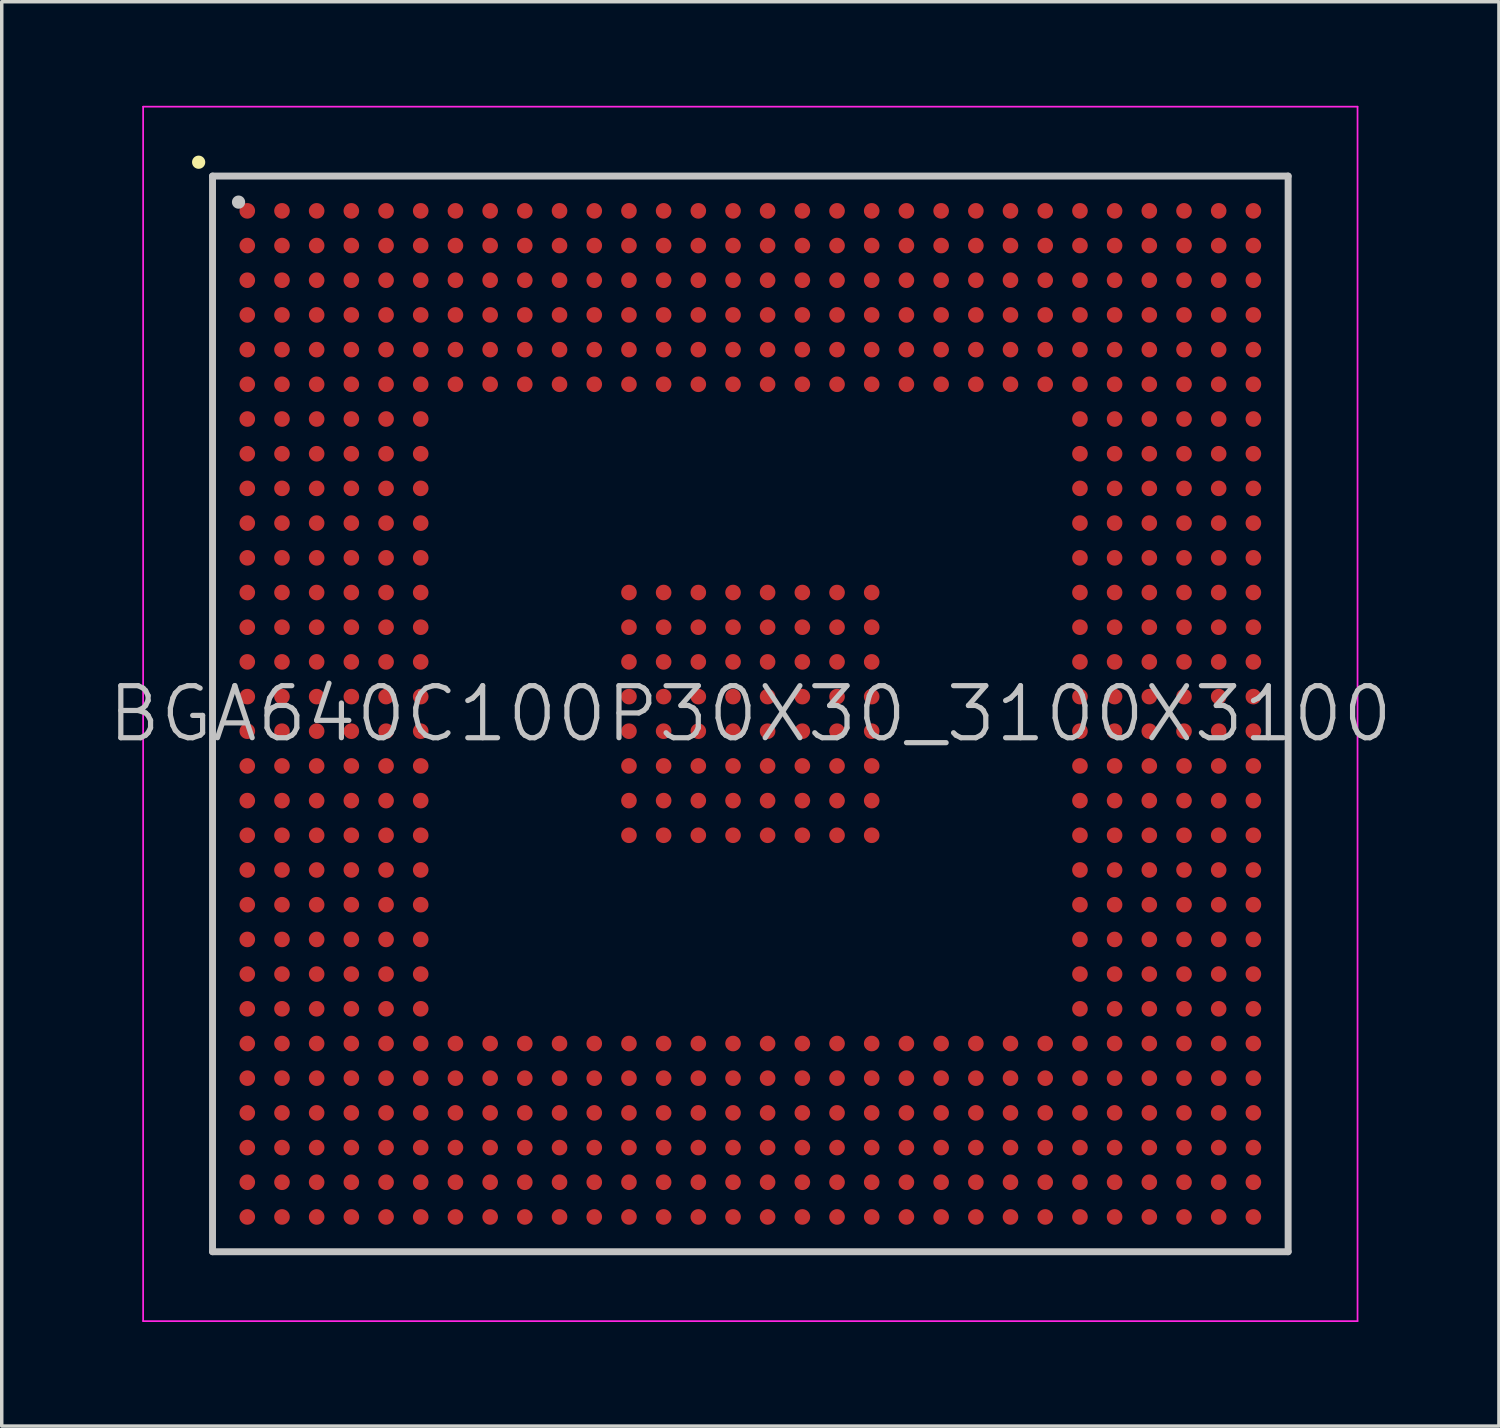
<source format=kicad_pcb>
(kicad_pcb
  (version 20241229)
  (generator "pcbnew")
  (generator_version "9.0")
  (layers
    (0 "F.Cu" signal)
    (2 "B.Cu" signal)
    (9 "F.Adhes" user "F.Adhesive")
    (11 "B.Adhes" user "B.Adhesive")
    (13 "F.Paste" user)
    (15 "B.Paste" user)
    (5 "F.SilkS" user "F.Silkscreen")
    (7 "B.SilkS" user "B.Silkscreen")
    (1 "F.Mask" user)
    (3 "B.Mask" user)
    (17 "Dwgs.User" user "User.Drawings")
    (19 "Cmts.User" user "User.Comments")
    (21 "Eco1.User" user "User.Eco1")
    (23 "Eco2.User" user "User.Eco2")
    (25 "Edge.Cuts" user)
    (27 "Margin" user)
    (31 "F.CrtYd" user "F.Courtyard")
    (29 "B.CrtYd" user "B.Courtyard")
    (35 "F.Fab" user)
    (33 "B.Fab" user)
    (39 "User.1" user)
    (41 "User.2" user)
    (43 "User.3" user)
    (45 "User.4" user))
  (footprint "BGA640C100P30X30_3100X3100"
    (layer "F.Cu")
    (at 18.575 17.525)
    (property "Reference" "BGA640C100P30X30_3100X3100" (at 0 0 0) (layer "Dwgs.User") (effects (font (size 1.5 1.5) (thickness 0.15))))
    (attr smd)
    (fp_line (start -15.9 -15.9) (end -15.9 -15.9) (stroke (width 0.381) (type solid)) (layer "F.SilkS"))
    (fp_line (start -15.5 -15.5) (end -15.5 15.5) (stroke (width 0.2) (type solid)) (layer "Dwgs.User"))
    (fp_line (start -15.5 -15.5) (end 15.5 -15.5) (stroke (width 0.2) (type solid)) (layer "Dwgs.User"))
    (fp_line (start -15.5 15.5) (end 15.5 15.5) (stroke (width 0.2) (type solid)) (layer "Dwgs.User"))
    (fp_line (start -14.75 -14.75) (end -14.75 -14.75) (stroke (width 0.381) (type solid)) (layer "Dwgs.User"))
    (fp_line (start 15.5 -15.5) (end 15.5 15.5) (stroke (width 0.2) (type solid)) (layer "Dwgs.User"))
    (fp_line (start -17.5 -17.5) (end -17.5 17.5) (stroke (width 0.05) (type solid)) (layer "F.CrtYd"))
    (fp_line (start -17.5 -17.5) (end 17.5 -17.5) (stroke (width 0.05) (type solid)) (layer "F.CrtYd"))
    (fp_line (start -17.5 17.5) (end 17.5 17.5) (stroke (width 0.05) (type solid)) (layer "F.CrtYd"))
    (fp_line (start 17.5 -17.5) (end 17.5 17.5) (stroke (width 0.05) (type solid)) (layer "F.CrtYd"))
    (pad "A1" smd circle (at -14.498 -14.498 270) (size 0.45 0.45) (layers "F.Cu" "F.Mask" "F.Paste"))
    (pad "A2" smd circle (at -13.498 -14.498 270) (size 0.45 0.45) (layers "F.Cu" "F.Mask" "F.Paste"))
    (pad "A3" smd circle (at -12.499 -14.498 270) (size 0.45 0.45) (layers "F.Cu" "F.Mask" "F.Paste"))
    (pad "A4" smd circle (at -11.499 -14.498 270) (size 0.45 0.45) (layers "F.Cu" "F.Mask" "F.Paste"))
    (pad "A5" smd circle (at -10.498 -14.498 270) (size 0.45 0.45) (layers "F.Cu" "F.Mask" "F.Paste"))
    (pad "A6" smd circle (at -9.5 -14.498 270) (size 0.45 0.45) (layers "F.Cu" "F.Mask" "F.Paste"))
    (pad "A7" smd circle (at -8.499 -14.498 270) (size 0.45 0.45) (layers "F.Cu" "F.Mask" "F.Paste"))
    (pad "A8" smd circle (at -7.498 -14.498 270) (size 0.45 0.45) (layers "F.Cu" "F.Mask" "F.Paste"))
    (pad "A9" smd circle (at -6.5 -14.498 270) (size 0.45 0.45) (layers "F.Cu" "F.Mask" "F.Paste"))
    (pad "A10" smd circle (at -5.499 -14.498 270) (size 0.45 0.45) (layers "F.Cu" "F.Mask" "F.Paste"))
    (pad "A11" smd circle (at -4.498 -14.498 270) (size 0.45 0.45) (layers "F.Cu" "F.Mask" "F.Paste"))
    (pad "A12" smd circle (at -3.498 -14.498 270) (size 0.45 0.45) (layers "F.Cu" "F.Mask" "F.Paste"))
    (pad "A13" smd circle (at -2.499 -14.498 270) (size 0.45 0.45) (layers "F.Cu" "F.Mask" "F.Paste"))
    (pad "A14" smd circle (at -1.499 -14.498 270) (size 0.45 0.45) (layers "F.Cu" "F.Mask" "F.Paste"))
    (pad "A15" smd circle (at -0.498 -14.498 270) (size 0.45 0.45) (layers "F.Cu" "F.Mask" "F.Paste"))
    (pad "A16" smd circle (at 0.498 -14.498 270) (size 0.45 0.45) (layers "F.Cu" "F.Mask" "F.Paste"))
    (pad "A17" smd circle (at 1.499 -14.498 270) (size 0.45 0.45) (layers "F.Cu" "F.Mask" "F.Paste"))
    (pad "A18" smd circle (at 2.499 -14.498 270) (size 0.45 0.45) (layers "F.Cu" "F.Mask" "F.Paste"))
    (pad "A19" smd circle (at 3.498 -14.498 270) (size 0.45 0.45) (layers "F.Cu" "F.Mask" "F.Paste"))
    (pad "A20" smd circle (at 4.498 -14.498 270) (size 0.45 0.45) (layers "F.Cu" "F.Mask" "F.Paste"))
    (pad "A21" smd circle (at 5.499 -14.498 270) (size 0.45 0.45) (layers "F.Cu" "F.Mask" "F.Paste"))
    (pad "A22" smd circle (at 6.5 -14.498 270) (size 0.45 0.45) (layers "F.Cu" "F.Mask" "F.Paste"))
    (pad "A23" smd circle (at 7.498 -14.498 270) (size 0.45 0.45) (layers "F.Cu" "F.Mask" "F.Paste"))
    (pad "A24" smd circle (at 8.499 -14.498 270) (size 0.45 0.45) (layers "F.Cu" "F.Mask" "F.Paste"))
    (pad "A25" smd circle (at 9.5 -14.498 270) (size 0.45 0.45) (layers "F.Cu" "F.Mask" "F.Paste"))
    (pad "A26" smd circle (at 10.498 -14.498 270) (size 0.45 0.45) (layers "F.Cu" "F.Mask" "F.Paste"))
    (pad "A27" smd circle (at 11.499 -14.498 270) (size 0.45 0.45) (layers "F.Cu" "F.Mask" "F.Paste"))
    (pad "A28" smd circle (at 12.499 -14.498 270) (size 0.45 0.45) (layers "F.Cu" "F.Mask" "F.Paste"))
    (pad "A29" smd circle (at 13.498 -14.498 270) (size 0.45 0.45) (layers "F.Cu" "F.Mask" "F.Paste"))
    (pad "A30" smd circle (at 14.498 -14.498 270) (size 0.45 0.45) (layers "F.Cu" "F.Mask" "F.Paste"))
    (pad "AA1" smd circle (at -14.498 5.499 270) (size 0.45 0.45) (layers "F.Cu" "F.Mask" "F.Paste"))
    (pad "AA2" smd circle (at -13.498 5.499 270) (size 0.45 0.45) (layers "F.Cu" "F.Mask" "F.Paste"))
    (pad "AA3" smd circle (at -12.499 5.499 270) (size 0.45 0.45) (layers "F.Cu" "F.Mask" "F.Paste"))
    (pad "AA4" smd circle (at -11.499 5.499 270) (size 0.45 0.45) (layers "F.Cu" "F.Mask" "F.Paste"))
    (pad "AA5" smd circle (at -10.498 5.499 270) (size 0.45 0.45) (layers "F.Cu" "F.Mask" "F.Paste"))
    (pad "AA6" smd circle (at -9.5 5.499 270) (size 0.45 0.45) (layers "F.Cu" "F.Mask" "F.Paste"))
    (pad "AA25" smd circle (at 9.5 5.499 270) (size 0.45 0.45) (layers "F.Cu" "F.Mask" "F.Paste"))
    (pad "AA26" smd circle (at 10.498 5.499 270) (size 0.45 0.45) (layers "F.Cu" "F.Mask" "F.Paste"))
    (pad "AA27" smd circle (at 11.499 5.499 270) (size 0.45 0.45) (layers "F.Cu" "F.Mask" "F.Paste"))
    (pad "AA28" smd circle (at 12.499 5.499 270) (size 0.45 0.45) (layers "F.Cu" "F.Mask" "F.Paste"))
    (pad "AA29" smd circle (at 13.498 5.499 270) (size 0.45 0.45) (layers "F.Cu" "F.Mask" "F.Paste"))
    (pad "AA30" smd circle (at 14.498 5.499 270) (size 0.45 0.45) (layers "F.Cu" "F.Mask" "F.Paste"))
    (pad "AB1" smd circle (at -14.498 6.5 270) (size 0.45 0.45) (layers "F.Cu" "F.Mask" "F.Paste"))
    (pad "AB2" smd circle (at -13.498 6.5 270) (size 0.45 0.45) (layers "F.Cu" "F.Mask" "F.Paste"))
    (pad "AB3" smd circle (at -12.499 6.5 270) (size 0.45 0.45) (layers "F.Cu" "F.Mask" "F.Paste"))
    (pad "AB4" smd circle (at -11.499 6.5 270) (size 0.45 0.45) (layers "F.Cu" "F.Mask" "F.Paste"))
    (pad "AB5" smd circle (at -10.498 6.5 270) (size 0.45 0.45) (layers "F.Cu" "F.Mask" "F.Paste"))
    (pad "AB6" smd circle (at -9.5 6.5 270) (size 0.45 0.45) (layers "F.Cu" "F.Mask" "F.Paste"))
    (pad "AB25" smd circle (at 9.5 6.5 270) (size 0.45 0.45) (layers "F.Cu" "F.Mask" "F.Paste"))
    (pad "AB26" smd circle (at 10.498 6.5 270) (size 0.45 0.45) (layers "F.Cu" "F.Mask" "F.Paste"))
    (pad "AB27" smd circle (at 11.499 6.5 270) (size 0.45 0.45) (layers "F.Cu" "F.Mask" "F.Paste"))
    (pad "AB28" smd circle (at 12.499 6.5 270) (size 0.45 0.45) (layers "F.Cu" "F.Mask" "F.Paste"))
    (pad "AB29" smd circle (at 13.498 6.5 270) (size 0.45 0.45) (layers "F.Cu" "F.Mask" "F.Paste"))
    (pad "AB30" smd circle (at 14.498 6.5 270) (size 0.45 0.45) (layers "F.Cu" "F.Mask" "F.Paste"))
    (pad "AC1" smd circle (at -14.498 7.498 270) (size 0.45 0.45) (layers "F.Cu" "F.Mask" "F.Paste"))
    (pad "AC2" smd circle (at -13.498 7.498 270) (size 0.45 0.45) (layers "F.Cu" "F.Mask" "F.Paste"))
    (pad "AC3" smd circle (at -12.499 7.498 270) (size 0.45 0.45) (layers "F.Cu" "F.Mask" "F.Paste"))
    (pad "AC4" smd circle (at -11.499 7.498 270) (size 0.45 0.45) (layers "F.Cu" "F.Mask" "F.Paste"))
    (pad "AC5" smd circle (at -10.498 7.498 270) (size 0.45 0.45) (layers "F.Cu" "F.Mask" "F.Paste"))
    (pad "AC6" smd circle (at -9.5 7.498 270) (size 0.45 0.45) (layers "F.Cu" "F.Mask" "F.Paste"))
    (pad "AC25" smd circle (at 9.5 7.498 270) (size 0.45 0.45) (layers "F.Cu" "F.Mask" "F.Paste"))
    (pad "AC26" smd circle (at 10.498 7.498 270) (size 0.45 0.45) (layers "F.Cu" "F.Mask" "F.Paste"))
    (pad "AC27" smd circle (at 11.499 7.498 270) (size 0.45 0.45) (layers "F.Cu" "F.Mask" "F.Paste"))
    (pad "AC28" smd circle (at 12.499 7.498 270) (size 0.45 0.45) (layers "F.Cu" "F.Mask" "F.Paste"))
    (pad "AC29" smd circle (at 13.498 7.498 270) (size 0.45 0.45) (layers "F.Cu" "F.Mask" "F.Paste"))
    (pad "AC30" smd circle (at 14.498 7.498 270) (size 0.45 0.45) (layers "F.Cu" "F.Mask" "F.Paste"))
    (pad "AD1" smd circle (at -14.498 8.499 270) (size 0.45 0.45) (layers "F.Cu" "F.Mask" "F.Paste"))
    (pad "AD2" smd circle (at -13.498 8.499 270) (size 0.45 0.45) (layers "F.Cu" "F.Mask" "F.Paste"))
    (pad "AD3" smd circle (at -12.499 8.499 270) (size 0.45 0.45) (layers "F.Cu" "F.Mask" "F.Paste"))
    (pad "AD4" smd circle (at -11.499 8.499 270) (size 0.45 0.45) (layers "F.Cu" "F.Mask" "F.Paste"))
    (pad "AD5" smd circle (at -10.498 8.499 270) (size 0.45 0.45) (layers "F.Cu" "F.Mask" "F.Paste"))
    (pad "AD6" smd circle (at -9.5 8.499 270) (size 0.45 0.45) (layers "F.Cu" "F.Mask" "F.Paste"))
    (pad "AD25" smd circle (at 9.5 8.499 270) (size 0.45 0.45) (layers "F.Cu" "F.Mask" "F.Paste"))
    (pad "AD26" smd circle (at 10.498 8.499 270) (size 0.45 0.45) (layers "F.Cu" "F.Mask" "F.Paste"))
    (pad "AD27" smd circle (at 11.499 8.499 270) (size 0.45 0.45) (layers "F.Cu" "F.Mask" "F.Paste"))
    (pad "AD28" smd circle (at 12.499 8.499 270) (size 0.45 0.45) (layers "F.Cu" "F.Mask" "F.Paste"))
    (pad "AD29" smd circle (at 13.498 8.499 270) (size 0.45 0.45) (layers "F.Cu" "F.Mask" "F.Paste"))
    (pad "AD30" smd circle (at 14.498 8.499 270) (size 0.45 0.45) (layers "F.Cu" "F.Mask" "F.Paste"))
    (pad "AE1" smd circle (at -14.498 9.5 270) (size 0.45 0.45) (layers "F.Cu" "F.Mask" "F.Paste"))
    (pad "AE2" smd circle (at -13.498 9.5 270) (size 0.45 0.45) (layers "F.Cu" "F.Mask" "F.Paste"))
    (pad "AE3" smd circle (at -12.499 9.5 270) (size 0.45 0.45) (layers "F.Cu" "F.Mask" "F.Paste"))
    (pad "AE4" smd circle (at -11.499 9.5 270) (size 0.45 0.45) (layers "F.Cu" "F.Mask" "F.Paste"))
    (pad "AE5" smd circle (at -10.498 9.5 270) (size 0.45 0.45) (layers "F.Cu" "F.Mask" "F.Paste"))
    (pad "AE6" smd circle (at -9.5 9.5 270) (size 0.45 0.45) (layers "F.Cu" "F.Mask" "F.Paste"))
    (pad "AE7" smd circle (at -8.499 9.5 270) (size 0.45 0.45) (layers "F.Cu" "F.Mask" "F.Paste"))
    (pad "AE8" smd circle (at -7.498 9.5 270) (size 0.45 0.45) (layers "F.Cu" "F.Mask" "F.Paste"))
    (pad "AE9" smd circle (at -6.5 9.5 270) (size 0.45 0.45) (layers "F.Cu" "F.Mask" "F.Paste"))
    (pad "AE10" smd circle (at -5.499 9.5 270) (size 0.45 0.45) (layers "F.Cu" "F.Mask" "F.Paste"))
    (pad "AE11" smd circle (at -4.498 9.5 270) (size 0.45 0.45) (layers "F.Cu" "F.Mask" "F.Paste"))
    (pad "AE12" smd circle (at -3.498 9.5 270) (size 0.45 0.45) (layers "F.Cu" "F.Mask" "F.Paste"))
    (pad "AE13" smd circle (at -2.499 9.5 270) (size 0.45 0.45) (layers "F.Cu" "F.Mask" "F.Paste"))
    (pad "AE14" smd circle (at -1.499 9.5 270) (size 0.45 0.45) (layers "F.Cu" "F.Mask" "F.Paste"))
    (pad "AE15" smd circle (at -0.498 9.5 270) (size 0.45 0.45) (layers "F.Cu" "F.Mask" "F.Paste"))
    (pad "AE16" smd circle (at 0.498 9.5 270) (size 0.45 0.45) (layers "F.Cu" "F.Mask" "F.Paste"))
    (pad "AE17" smd circle (at 1.499 9.5 270) (size 0.45 0.45) (layers "F.Cu" "F.Mask" "F.Paste"))
    (pad "AE18" smd circle (at 2.499 9.5 270) (size 0.45 0.45) (layers "F.Cu" "F.Mask" "F.Paste"))
    (pad "AE19" smd circle (at 3.498 9.5 270) (size 0.45 0.45) (layers "F.Cu" "F.Mask" "F.Paste"))
    (pad "AE20" smd circle (at 4.498 9.5 270) (size 0.45 0.45) (layers "F.Cu" "F.Mask" "F.Paste"))
    (pad "AE21" smd circle (at 5.499 9.5 270) (size 0.45 0.45) (layers "F.Cu" "F.Mask" "F.Paste"))
    (pad "AE22" smd circle (at 6.5 9.5 270) (size 0.45 0.45) (layers "F.Cu" "F.Mask" "F.Paste"))
    (pad "AE23" smd circle (at 7.498 9.5 270) (size 0.45 0.45) (layers "F.Cu" "F.Mask" "F.Paste"))
    (pad "AE24" smd circle (at 8.499 9.5 270) (size 0.45 0.45) (layers "F.Cu" "F.Mask" "F.Paste"))
    (pad "AE25" smd circle (at 9.5 9.5 270) (size 0.45 0.45) (layers "F.Cu" "F.Mask" "F.Paste"))
    (pad "AE26" smd circle (at 10.498 9.5 270) (size 0.45 0.45) (layers "F.Cu" "F.Mask" "F.Paste"))
    (pad "AE27" smd circle (at 11.499 9.5 270) (size 0.45 0.45) (layers "F.Cu" "F.Mask" "F.Paste"))
    (pad "AE28" smd circle (at 12.499 9.5 270) (size 0.45 0.45) (layers "F.Cu" "F.Mask" "F.Paste"))
    (pad "AE29" smd circle (at 13.498 9.5 270) (size 0.45 0.45) (layers "F.Cu" "F.Mask" "F.Paste"))
    (pad "AE30" smd circle (at 14.498 9.5 270) (size 0.45 0.45) (layers "F.Cu" "F.Mask" "F.Paste"))
    (pad "AF1" smd circle (at -14.498 10.498 270) (size 0.45 0.45) (layers "F.Cu" "F.Mask" "F.Paste"))
    (pad "AF2" smd circle (at -13.498 10.498 270) (size 0.45 0.45) (layers "F.Cu" "F.Mask" "F.Paste"))
    (pad "AF3" smd circle (at -12.499 10.498 270) (size 0.45 0.45) (layers "F.Cu" "F.Mask" "F.Paste"))
    (pad "AF4" smd circle (at -11.499 10.498 270) (size 0.45 0.45) (layers "F.Cu" "F.Mask" "F.Paste"))
    (pad "AF5" smd circle (at -10.498 10.498 270) (size 0.45 0.45) (layers "F.Cu" "F.Mask" "F.Paste"))
    (pad "AF6" smd circle (at -9.5 10.498 270) (size 0.45 0.45) (layers "F.Cu" "F.Mask" "F.Paste"))
    (pad "AF7" smd circle (at -8.499 10.498 270) (size 0.45 0.45) (layers "F.Cu" "F.Mask" "F.Paste"))
    (pad "AF8" smd circle (at -7.498 10.498 270) (size 0.45 0.45) (layers "F.Cu" "F.Mask" "F.Paste"))
    (pad "AF9" smd circle (at -6.5 10.498 270) (size 0.45 0.45) (layers "F.Cu" "F.Mask" "F.Paste"))
    (pad "AF10" smd circle (at -5.499 10.498 270) (size 0.45 0.45) (layers "F.Cu" "F.Mask" "F.Paste"))
    (pad "AF11" smd circle (at -4.498 10.498 270) (size 0.45 0.45) (layers "F.Cu" "F.Mask" "F.Paste"))
    (pad "AF12" smd circle (at -3.498 10.498 270) (size 0.45 0.45) (layers "F.Cu" "F.Mask" "F.Paste"))
    (pad "AF13" smd circle (at -2.499 10.498 270) (size 0.45 0.45) (layers "F.Cu" "F.Mask" "F.Paste"))
    (pad "AF14" smd circle (at -1.499 10.498 270) (size 0.45 0.45) (layers "F.Cu" "F.Mask" "F.Paste"))
    (pad "AF15" smd circle (at -0.498 10.498 270) (size 0.45 0.45) (layers "F.Cu" "F.Mask" "F.Paste"))
    (pad "AF16" smd circle (at 0.498 10.498 270) (size 0.45 0.45) (layers "F.Cu" "F.Mask" "F.Paste"))
    (pad "AF17" smd circle (at 1.499 10.498 270) (size 0.45 0.45) (layers "F.Cu" "F.Mask" "F.Paste"))
    (pad "AF18" smd circle (at 2.499 10.498 270) (size 0.45 0.45) (layers "F.Cu" "F.Mask" "F.Paste"))
    (pad "AF19" smd circle (at 3.498 10.498 270) (size 0.45 0.45) (layers "F.Cu" "F.Mask" "F.Paste"))
    (pad "AF20" smd circle (at 4.498 10.498 270) (size 0.45 0.45) (layers "F.Cu" "F.Mask" "F.Paste"))
    (pad "AF21" smd circle (at 5.499 10.498 270) (size 0.45 0.45) (layers "F.Cu" "F.Mask" "F.Paste"))
    (pad "AF22" smd circle (at 6.5 10.498 270) (size 0.45 0.45) (layers "F.Cu" "F.Mask" "F.Paste"))
    (pad "AF23" smd circle (at 7.498 10.498 270) (size 0.45 0.45) (layers "F.Cu" "F.Mask" "F.Paste"))
    (pad "AF24" smd circle (at 8.499 10.498 270) (size 0.45 0.45) (layers "F.Cu" "F.Mask" "F.Paste"))
    (pad "AF25" smd circle (at 9.5 10.498 270) (size 0.45 0.45) (layers "F.Cu" "F.Mask" "F.Paste"))
    (pad "AF26" smd circle (at 10.498 10.498 270) (size 0.45 0.45) (layers "F.Cu" "F.Mask" "F.Paste"))
    (pad "AF27" smd circle (at 11.499 10.498 270) (size 0.45 0.45) (layers "F.Cu" "F.Mask" "F.Paste"))
    (pad "AF28" smd circle (at 12.499 10.498 270) (size 0.45 0.45) (layers "F.Cu" "F.Mask" "F.Paste"))
    (pad "AF29" smd circle (at 13.498 10.498 270) (size 0.45 0.45) (layers "F.Cu" "F.Mask" "F.Paste"))
    (pad "AF30" smd circle (at 14.498 10.498 270) (size 0.45 0.45) (layers "F.Cu" "F.Mask" "F.Paste"))
    (pad "AG1" smd circle (at -14.498 11.499 270) (size 0.45 0.45) (layers "F.Cu" "F.Mask" "F.Paste"))
    (pad "AG2" smd circle (at -13.498 11.499 270) (size 0.45 0.45) (layers "F.Cu" "F.Mask" "F.Paste"))
    (pad "AG3" smd circle (at -12.499 11.499 270) (size 0.45 0.45) (layers "F.Cu" "F.Mask" "F.Paste"))
    (pad "AG4" smd circle (at -11.499 11.499 270) (size 0.45 0.45) (layers "F.Cu" "F.Mask" "F.Paste"))
    (pad "AG5" smd circle (at -10.498 11.499 270) (size 0.45 0.45) (layers "F.Cu" "F.Mask" "F.Paste"))
    (pad "AG6" smd circle (at -9.5 11.499 270) (size 0.45 0.45) (layers "F.Cu" "F.Mask" "F.Paste"))
    (pad "AG7" smd circle (at -8.499 11.499 270) (size 0.45 0.45) (layers "F.Cu" "F.Mask" "F.Paste"))
    (pad "AG8" smd circle (at -7.498 11.499 270) (size 0.45 0.45) (layers "F.Cu" "F.Mask" "F.Paste"))
    (pad "AG9" smd circle (at -6.5 11.499 270) (size 0.45 0.45) (layers "F.Cu" "F.Mask" "F.Paste"))
    (pad "AG10" smd circle (at -5.499 11.499 270) (size 0.45 0.45) (layers "F.Cu" "F.Mask" "F.Paste"))
    (pad "AG11" smd circle (at -4.498 11.499 270) (size 0.45 0.45) (layers "F.Cu" "F.Mask" "F.Paste"))
    (pad "AG12" smd circle (at -3.498 11.499 270) (size 0.45 0.45) (layers "F.Cu" "F.Mask" "F.Paste"))
    (pad "AG13" smd circle (at -2.499 11.499 270) (size 0.45 0.45) (layers "F.Cu" "F.Mask" "F.Paste"))
    (pad "AG14" smd circle (at -1.499 11.499 270) (size 0.45 0.45) (layers "F.Cu" "F.Mask" "F.Paste"))
    (pad "AG15" smd circle (at -0.498 11.499 270) (size 0.45 0.45) (layers "F.Cu" "F.Mask" "F.Paste"))
    (pad "AG16" smd circle (at 0.498 11.499 270) (size 0.45 0.45) (layers "F.Cu" "F.Mask" "F.Paste"))
    (pad "AG17" smd circle (at 1.499 11.499 270) (size 0.45 0.45) (layers "F.Cu" "F.Mask" "F.Paste"))
    (pad "AG18" smd circle (at 2.499 11.499 270) (size 0.45 0.45) (layers "F.Cu" "F.Mask" "F.Paste"))
    (pad "AG19" smd circle (at 3.498 11.499 270) (size 0.45 0.45) (layers "F.Cu" "F.Mask" "F.Paste"))
    (pad "AG20" smd circle (at 4.498 11.499 270) (size 0.45 0.45) (layers "F.Cu" "F.Mask" "F.Paste"))
    (pad "AG21" smd circle (at 5.499 11.499 270) (size 0.45 0.45) (layers "F.Cu" "F.Mask" "F.Paste"))
    (pad "AG22" smd circle (at 6.5 11.499 270) (size 0.45 0.45) (layers "F.Cu" "F.Mask" "F.Paste"))
    (pad "AG23" smd circle (at 7.498 11.499 270) (size 0.45 0.45) (layers "F.Cu" "F.Mask" "F.Paste"))
    (pad "AG24" smd circle (at 8.499 11.499 270) (size 0.45 0.45) (layers "F.Cu" "F.Mask" "F.Paste"))
    (pad "AG25" smd circle (at 9.5 11.499 270) (size 0.45 0.45) (layers "F.Cu" "F.Mask" "F.Paste"))
    (pad "AG26" smd circle (at 10.498 11.499 270) (size 0.45 0.45) (layers "F.Cu" "F.Mask" "F.Paste"))
    (pad "AG27" smd circle (at 11.499 11.499 270) (size 0.45 0.45) (layers "F.Cu" "F.Mask" "F.Paste"))
    (pad "AG28" smd circle (at 12.499 11.499 270) (size 0.45 0.45) (layers "F.Cu" "F.Mask" "F.Paste"))
    (pad "AG29" smd circle (at 13.498 11.499 270) (size 0.45 0.45) (layers "F.Cu" "F.Mask" "F.Paste"))
    (pad "AG30" smd circle (at 14.498 11.499 270) (size 0.45 0.45) (layers "F.Cu" "F.Mask" "F.Paste"))
    (pad "AH1" smd circle (at -14.498 12.499 270) (size 0.45 0.45) (layers "F.Cu" "F.Mask" "F.Paste"))
    (pad "AH2" smd circle (at -13.498 12.499 270) (size 0.45 0.45) (layers "F.Cu" "F.Mask" "F.Paste"))
    (pad "AH3" smd circle (at -12.499 12.499 270) (size 0.45 0.45) (layers "F.Cu" "F.Mask" "F.Paste"))
    (pad "AH4" smd circle (at -11.499 12.499 270) (size 0.45 0.45) (layers "F.Cu" "F.Mask" "F.Paste"))
    (pad "AH5" smd circle (at -10.498 12.499 270) (size 0.45 0.45) (layers "F.Cu" "F.Mask" "F.Paste"))
    (pad "AH6" smd circle (at -9.5 12.499 270) (size 0.45 0.45) (layers "F.Cu" "F.Mask" "F.Paste"))
    (pad "AH7" smd circle (at -8.499 12.499 270) (size 0.45 0.45) (layers "F.Cu" "F.Mask" "F.Paste"))
    (pad "AH8" smd circle (at -7.498 12.499 270) (size 0.45 0.45) (layers "F.Cu" "F.Mask" "F.Paste"))
    (pad "AH9" smd circle (at -6.5 12.499 270) (size 0.45 0.45) (layers "F.Cu" "F.Mask" "F.Paste"))
    (pad "AH10" smd circle (at -5.499 12.499 270) (size 0.45 0.45) (layers "F.Cu" "F.Mask" "F.Paste"))
    (pad "AH11" smd circle (at -4.498 12.499 270) (size 0.45 0.45) (layers "F.Cu" "F.Mask" "F.Paste"))
    (pad "AH12" smd circle (at -3.498 12.499 270) (size 0.45 0.45) (layers "F.Cu" "F.Mask" "F.Paste"))
    (pad "AH13" smd circle (at -2.499 12.499 270) (size 0.45 0.45) (layers "F.Cu" "F.Mask" "F.Paste"))
    (pad "AH14" smd circle (at -1.499 12.499 270) (size 0.45 0.45) (layers "F.Cu" "F.Mask" "F.Paste"))
    (pad "AH15" smd circle (at -0.498 12.499 270) (size 0.45 0.45) (layers "F.Cu" "F.Mask" "F.Paste"))
    (pad "AH16" smd circle (at 0.498 12.499 270) (size 0.45 0.45) (layers "F.Cu" "F.Mask" "F.Paste"))
    (pad "AH17" smd circle (at 1.499 12.499 270) (size 0.45 0.45) (layers "F.Cu" "F.Mask" "F.Paste"))
    (pad "AH18" smd circle (at 2.499 12.499 270) (size 0.45 0.45) (layers "F.Cu" "F.Mask" "F.Paste"))
    (pad "AH19" smd circle (at 3.498 12.499 270) (size 0.45 0.45) (layers "F.Cu" "F.Mask" "F.Paste"))
    (pad "AH20" smd circle (at 4.498 12.499 270) (size 0.45 0.45) (layers "F.Cu" "F.Mask" "F.Paste"))
    (pad "AH21" smd circle (at 5.499 12.499 270) (size 0.45 0.45) (layers "F.Cu" "F.Mask" "F.Paste"))
    (pad "AH22" smd circle (at 6.5 12.499 270) (size 0.45 0.45) (layers "F.Cu" "F.Mask" "F.Paste"))
    (pad "AH23" smd circle (at 7.498 12.499 270) (size 0.45 0.45) (layers "F.Cu" "F.Mask" "F.Paste"))
    (pad "AH24" smd circle (at 8.499 12.499 270) (size 0.45 0.45) (layers "F.Cu" "F.Mask" "F.Paste"))
    (pad "AH25" smd circle (at 9.5 12.499 270) (size 0.45 0.45) (layers "F.Cu" "F.Mask" "F.Paste"))
    (pad "AH26" smd circle (at 10.498 12.499 270) (size 0.45 0.45) (layers "F.Cu" "F.Mask" "F.Paste"))
    (pad "AH27" smd circle (at 11.499 12.499 270) (size 0.45 0.45) (layers "F.Cu" "F.Mask" "F.Paste"))
    (pad "AH28" smd circle (at 12.499 12.499 270) (size 0.45 0.45) (layers "F.Cu" "F.Mask" "F.Paste"))
    (pad "AH29" smd circle (at 13.498 12.499 270) (size 0.45 0.45) (layers "F.Cu" "F.Mask" "F.Paste"))
    (pad "AH30" smd circle (at 14.498 12.499 270) (size 0.45 0.45) (layers "F.Cu" "F.Mask" "F.Paste"))
    (pad "AJ1" smd circle (at -14.498 13.498 270) (size 0.45 0.45) (layers "F.Cu" "F.Mask" "F.Paste"))
    (pad "AJ2" smd circle (at -13.498 13.498 270) (size 0.45 0.45) (layers "F.Cu" "F.Mask" "F.Paste"))
    (pad "AJ3" smd circle (at -12.499 13.498 270) (size 0.45 0.45) (layers "F.Cu" "F.Mask" "F.Paste"))
    (pad "AJ4" smd circle (at -11.499 13.498 270) (size 0.45 0.45) (layers "F.Cu" "F.Mask" "F.Paste"))
    (pad "AJ5" smd circle (at -10.498 13.498 270) (size 0.45 0.45) (layers "F.Cu" "F.Mask" "F.Paste"))
    (pad "AJ6" smd circle (at -9.5 13.498 270) (size 0.45 0.45) (layers "F.Cu" "F.Mask" "F.Paste"))
    (pad "AJ7" smd circle (at -8.499 13.498 270) (size 0.45 0.45) (layers "F.Cu" "F.Mask" "F.Paste"))
    (pad "AJ8" smd circle (at -7.498 13.498 270) (size 0.45 0.45) (layers "F.Cu" "F.Mask" "F.Paste"))
    (pad "AJ9" smd circle (at -6.5 13.498 270) (size 0.45 0.45) (layers "F.Cu" "F.Mask" "F.Paste"))
    (pad "AJ10" smd circle (at -5.499 13.498 270) (size 0.45 0.45) (layers "F.Cu" "F.Mask" "F.Paste"))
    (pad "AJ11" smd circle (at -4.498 13.498 270) (size 0.45 0.45) (layers "F.Cu" "F.Mask" "F.Paste"))
    (pad "AJ12" smd circle (at -3.498 13.498 270) (size 0.45 0.45) (layers "F.Cu" "F.Mask" "F.Paste"))
    (pad "AJ13" smd circle (at -2.499 13.498 270) (size 0.45 0.45) (layers "F.Cu" "F.Mask" "F.Paste"))
    (pad "AJ14" smd circle (at -1.499 13.498 270) (size 0.45 0.45) (layers "F.Cu" "F.Mask" "F.Paste"))
    (pad "AJ15" smd circle (at -0.498 13.498 270) (size 0.45 0.45) (layers "F.Cu" "F.Mask" "F.Paste"))
    (pad "AJ16" smd circle (at 0.498 13.498 270) (size 0.45 0.45) (layers "F.Cu" "F.Mask" "F.Paste"))
    (pad "AJ17" smd circle (at 1.499 13.498 270) (size 0.45 0.45) (layers "F.Cu" "F.Mask" "F.Paste"))
    (pad "AJ18" smd circle (at 2.499 13.498 270) (size 0.45 0.45) (layers "F.Cu" "F.Mask" "F.Paste"))
    (pad "AJ19" smd circle (at 3.498 13.498 270) (size 0.45 0.45) (layers "F.Cu" "F.Mask" "F.Paste"))
    (pad "AJ20" smd circle (at 4.498 13.498 270) (size 0.45 0.45) (layers "F.Cu" "F.Mask" "F.Paste"))
    (pad "AJ21" smd circle (at 5.499 13.498 270) (size 0.45 0.45) (layers "F.Cu" "F.Mask" "F.Paste"))
    (pad "AJ22" smd circle (at 6.5 13.498 270) (size 0.45 0.45) (layers "F.Cu" "F.Mask" "F.Paste"))
    (pad "AJ23" smd circle (at 7.498 13.498 270) (size 0.45 0.45) (layers "F.Cu" "F.Mask" "F.Paste"))
    (pad "AJ24" smd circle (at 8.499 13.498 270) (size 0.45 0.45) (layers "F.Cu" "F.Mask" "F.Paste"))
    (pad "AJ25" smd circle (at 9.5 13.498 270) (size 0.45 0.45) (layers "F.Cu" "F.Mask" "F.Paste"))
    (pad "AJ26" smd circle (at 10.498 13.498 270) (size 0.45 0.45) (layers "F.Cu" "F.Mask" "F.Paste"))
    (pad "AJ27" smd circle (at 11.499 13.498 270) (size 0.45 0.45) (layers "F.Cu" "F.Mask" "F.Paste"))
    (pad "AJ28" smd circle (at 12.499 13.498 270) (size 0.45 0.45) (layers "F.Cu" "F.Mask" "F.Paste"))
    (pad "AJ29" smd circle (at 13.498 13.498 270) (size 0.45 0.45) (layers "F.Cu" "F.Mask" "F.Paste"))
    (pad "AJ30" smd circle (at 14.498 13.498 270) (size 0.45 0.45) (layers "F.Cu" "F.Mask" "F.Paste"))
    (pad "AK1" smd circle (at -14.498 14.498 270) (size 0.45 0.45) (layers "F.Cu" "F.Mask" "F.Paste"))
    (pad "AK2" smd circle (at -13.498 14.498 270) (size 0.45 0.45) (layers "F.Cu" "F.Mask" "F.Paste"))
    (pad "AK3" smd circle (at -12.499 14.498 270) (size 0.45 0.45) (layers "F.Cu" "F.Mask" "F.Paste"))
    (pad "AK4" smd circle (at -11.499 14.498 270) (size 0.45 0.45) (layers "F.Cu" "F.Mask" "F.Paste"))
    (pad "AK5" smd circle (at -10.498 14.498 270) (size 0.45 0.45) (layers "F.Cu" "F.Mask" "F.Paste"))
    (pad "AK6" smd circle (at -9.5 14.498 270) (size 0.45 0.45) (layers "F.Cu" "F.Mask" "F.Paste"))
    (pad "AK7" smd circle (at -8.499 14.498 270) (size 0.45 0.45) (layers "F.Cu" "F.Mask" "F.Paste"))
    (pad "AK8" smd circle (at -7.498 14.498 270) (size 0.45 0.45) (layers "F.Cu" "F.Mask" "F.Paste"))
    (pad "AK9" smd circle (at -6.5 14.498 270) (size 0.45 0.45) (layers "F.Cu" "F.Mask" "F.Paste"))
    (pad "AK10" smd circle (at -5.499 14.498 270) (size 0.45 0.45) (layers "F.Cu" "F.Mask" "F.Paste"))
    (pad "AK11" smd circle (at -4.498 14.498 270) (size 0.45 0.45) (layers "F.Cu" "F.Mask" "F.Paste"))
    (pad "AK12" smd circle (at -3.498 14.498 270) (size 0.45 0.45) (layers "F.Cu" "F.Mask" "F.Paste"))
    (pad "AK13" smd circle (at -2.499 14.498 270) (size 0.45 0.45) (layers "F.Cu" "F.Mask" "F.Paste"))
    (pad "AK14" smd circle (at -1.499 14.498 270) (size 0.45 0.45) (layers "F.Cu" "F.Mask" "F.Paste"))
    (pad "AK15" smd circle (at -0.498 14.498 270) (size 0.45 0.45) (layers "F.Cu" "F.Mask" "F.Paste"))
    (pad "AK16" smd circle (at 0.498 14.498 270) (size 0.45 0.45) (layers "F.Cu" "F.Mask" "F.Paste"))
    (pad "AK17" smd circle (at 1.499 14.498 270) (size 0.45 0.45) (layers "F.Cu" "F.Mask" "F.Paste"))
    (pad "AK18" smd circle (at 2.499 14.498 270) (size 0.45 0.45) (layers "F.Cu" "F.Mask" "F.Paste"))
    (pad "AK19" smd circle (at 3.498 14.498 270) (size 0.45 0.45) (layers "F.Cu" "F.Mask" "F.Paste"))
    (pad "AK20" smd circle (at 4.498 14.498 270) (size 0.45 0.45) (layers "F.Cu" "F.Mask" "F.Paste"))
    (pad "AK21" smd circle (at 5.499 14.498 270) (size 0.45 0.45) (layers "F.Cu" "F.Mask" "F.Paste"))
    (pad "AK22" smd circle (at 6.5 14.498 270) (size 0.45 0.45) (layers "F.Cu" "F.Mask" "F.Paste"))
    (pad "AK23" smd circle (at 7.498 14.498 270) (size 0.45 0.45) (layers "F.Cu" "F.Mask" "F.Paste"))
    (pad "AK24" smd circle (at 8.499 14.498 270) (size 0.45 0.45) (layers "F.Cu" "F.Mask" "F.Paste"))
    (pad "AK25" smd circle (at 9.5 14.498 270) (size 0.45 0.45) (layers "F.Cu" "F.Mask" "F.Paste"))
    (pad "AK26" smd circle (at 10.498 14.498 270) (size 0.45 0.45) (layers "F.Cu" "F.Mask" "F.Paste"))
    (pad "AK27" smd circle (at 11.499 14.498 270) (size 0.45 0.45) (layers "F.Cu" "F.Mask" "F.Paste"))
    (pad "AK28" smd circle (at 12.499 14.498 270) (size 0.45 0.45) (layers "F.Cu" "F.Mask" "F.Paste"))
    (pad "AK29" smd circle (at 13.498 14.498 270) (size 0.45 0.45) (layers "F.Cu" "F.Mask" "F.Paste"))
    (pad "AK30" smd circle (at 14.498 14.498 270) (size 0.45 0.45) (layers "F.Cu" "F.Mask" "F.Paste"))
    (pad "B1" smd circle (at -14.498 -13.498 270) (size 0.45 0.45) (layers "F.Cu" "F.Mask" "F.Paste"))
    (pad "B2" smd circle (at -13.498 -13.498 270) (size 0.45 0.45) (layers "F.Cu" "F.Mask" "F.Paste"))
    (pad "B3" smd circle (at -12.499 -13.498 270) (size 0.45 0.45) (layers "F.Cu" "F.Mask" "F.Paste"))
    (pad "B4" smd circle (at -11.499 -13.498 270) (size 0.45 0.45) (layers "F.Cu" "F.Mask" "F.Paste"))
    (pad "B5" smd circle (at -10.498 -13.498 270) (size 0.45 0.45) (layers "F.Cu" "F.Mask" "F.Paste"))
    (pad "B6" smd circle (at -9.5 -13.498 270) (size 0.45 0.45) (layers "F.Cu" "F.Mask" "F.Paste"))
    (pad "B7" smd circle (at -8.499 -13.498 270) (size 0.45 0.45) (layers "F.Cu" "F.Mask" "F.Paste"))
    (pad "B8" smd circle (at -7.498 -13.498 270) (size 0.45 0.45) (layers "F.Cu" "F.Mask" "F.Paste"))
    (pad "B9" smd circle (at -6.5 -13.498 270) (size 0.45 0.45) (layers "F.Cu" "F.Mask" "F.Paste"))
    (pad "B10" smd circle (at -5.499 -13.498 270) (size 0.45 0.45) (layers "F.Cu" "F.Mask" "F.Paste"))
    (pad "B11" smd circle (at -4.498 -13.498 270) (size 0.45 0.45) (layers "F.Cu" "F.Mask" "F.Paste"))
    (pad "B12" smd circle (at -3.498 -13.498 270) (size 0.45 0.45) (layers "F.Cu" "F.Mask" "F.Paste"))
    (pad "B13" smd circle (at -2.499 -13.498 270) (size 0.45 0.45) (layers "F.Cu" "F.Mask" "F.Paste"))
    (pad "B14" smd circle (at -1.499 -13.498 270) (size 0.45 0.45) (layers "F.Cu" "F.Mask" "F.Paste"))
    (pad "B15" smd circle (at -0.498 -13.498 270) (size 0.45 0.45) (layers "F.Cu" "F.Mask" "F.Paste"))
    (pad "B16" smd circle (at 0.498 -13.498 270) (size 0.45 0.45) (layers "F.Cu" "F.Mask" "F.Paste"))
    (pad "B17" smd circle (at 1.499 -13.498 270) (size 0.45 0.45) (layers "F.Cu" "F.Mask" "F.Paste"))
    (pad "B18" smd circle (at 2.499 -13.498 270) (size 0.45 0.45) (layers "F.Cu" "F.Mask" "F.Paste"))
    (pad "B19" smd circle (at 3.498 -13.498 270) (size 0.45 0.45) (layers "F.Cu" "F.Mask" "F.Paste"))
    (pad "B20" smd circle (at 4.498 -13.498 270) (size 0.45 0.45) (layers "F.Cu" "F.Mask" "F.Paste"))
    (pad "B21" smd circle (at 5.499 -13.498 270) (size 0.45 0.45) (layers "F.Cu" "F.Mask" "F.Paste"))
    (pad "B22" smd circle (at 6.5 -13.498 270) (size 0.45 0.45) (layers "F.Cu" "F.Mask" "F.Paste"))
    (pad "B23" smd circle (at 7.498 -13.498 270) (size 0.45 0.45) (layers "F.Cu" "F.Mask" "F.Paste"))
    (pad "B24" smd circle (at 8.499 -13.498 270) (size 0.45 0.45) (layers "F.Cu" "F.Mask" "F.Paste"))
    (pad "B25" smd circle (at 9.5 -13.498 270) (size 0.45 0.45) (layers "F.Cu" "F.Mask" "F.Paste"))
    (pad "B26" smd circle (at 10.498 -13.498 270) (size 0.45 0.45) (layers "F.Cu" "F.Mask" "F.Paste"))
    (pad "B27" smd circle (at 11.499 -13.498 270) (size 0.45 0.45) (layers "F.Cu" "F.Mask" "F.Paste"))
    (pad "B28" smd circle (at 12.499 -13.498 270) (size 0.45 0.45) (layers "F.Cu" "F.Mask" "F.Paste"))
    (pad "B29" smd circle (at 13.498 -13.498 270) (size 0.45 0.45) (layers "F.Cu" "F.Mask" "F.Paste"))
    (pad "B30" smd circle (at 14.498 -13.498 270) (size 0.45 0.45) (layers "F.Cu" "F.Mask" "F.Paste"))
    (pad "C1" smd circle (at -14.498 -12.499 270) (size 0.45 0.45) (layers "F.Cu" "F.Mask" "F.Paste"))
    (pad "C2" smd circle (at -13.498 -12.499 270) (size 0.45 0.45) (layers "F.Cu" "F.Mask" "F.Paste"))
    (pad "C3" smd circle (at -12.499 -12.499 270) (size 0.45 0.45) (layers "F.Cu" "F.Mask" "F.Paste"))
    (pad "C4" smd circle (at -11.499 -12.499 270) (size 0.45 0.45) (layers "F.Cu" "F.Mask" "F.Paste"))
    (pad "C5" smd circle (at -10.498 -12.499 270) (size 0.45 0.45) (layers "F.Cu" "F.Mask" "F.Paste"))
    (pad "C6" smd circle (at -9.5 -12.499 270) (size 0.45 0.45) (layers "F.Cu" "F.Mask" "F.Paste"))
    (pad "C7" smd circle (at -8.499 -12.499 270) (size 0.45 0.45) (layers "F.Cu" "F.Mask" "F.Paste"))
    (pad "C8" smd circle (at -7.498 -12.499 270) (size 0.45 0.45) (layers "F.Cu" "F.Mask" "F.Paste"))
    (pad "C9" smd circle (at -6.5 -12.499 270) (size 0.45 0.45) (layers "F.Cu" "F.Mask" "F.Paste"))
    (pad "C10" smd circle (at -5.499 -12.499 270) (size 0.45 0.45) (layers "F.Cu" "F.Mask" "F.Paste"))
    (pad "C11" smd circle (at -4.498 -12.499 270) (size 0.45 0.45) (layers "F.Cu" "F.Mask" "F.Paste"))
    (pad "C12" smd circle (at -3.498 -12.499 270) (size 0.45 0.45) (layers "F.Cu" "F.Mask" "F.Paste"))
    (pad "C13" smd circle (at -2.499 -12.499 270) (size 0.45 0.45) (layers "F.Cu" "F.Mask" "F.Paste"))
    (pad "C14" smd circle (at -1.499 -12.499 270) (size 0.45 0.45) (layers "F.Cu" "F.Mask" "F.Paste"))
    (pad "C15" smd circle (at -0.498 -12.499 270) (size 0.45 0.45) (layers "F.Cu" "F.Mask" "F.Paste"))
    (pad "C16" smd circle (at 0.498 -12.499 270) (size 0.45 0.45) (layers "F.Cu" "F.Mask" "F.Paste"))
    (pad "C17" smd circle (at 1.499 -12.499 270) (size 0.45 0.45) (layers "F.Cu" "F.Mask" "F.Paste"))
    (pad "C18" smd circle (at 2.499 -12.499 270) (size 0.45 0.45) (layers "F.Cu" "F.Mask" "F.Paste"))
    (pad "C19" smd circle (at 3.498 -12.499 270) (size 0.45 0.45) (layers "F.Cu" "F.Mask" "F.Paste"))
    (pad "C20" smd circle (at 4.498 -12.499 270) (size 0.45 0.45) (layers "F.Cu" "F.Mask" "F.Paste"))
    (pad "C21" smd circle (at 5.499 -12.499 270) (size 0.45 0.45) (layers "F.Cu" "F.Mask" "F.Paste"))
    (pad "C22" smd circle (at 6.5 -12.499 270) (size 0.45 0.45) (layers "F.Cu" "F.Mask" "F.Paste"))
    (pad "C23" smd circle (at 7.498 -12.499 270) (size 0.45 0.45) (layers "F.Cu" "F.Mask" "F.Paste"))
    (pad "C24" smd circle (at 8.499 -12.499 270) (size 0.45 0.45) (layers "F.Cu" "F.Mask" "F.Paste"))
    (pad "C25" smd circle (at 9.5 -12.499 270) (size 0.45 0.45) (layers "F.Cu" "F.Mask" "F.Paste"))
    (pad "C26" smd circle (at 10.498 -12.499 270) (size 0.45 0.45) (layers "F.Cu" "F.Mask" "F.Paste"))
    (pad "C27" smd circle (at 11.499 -12.499 270) (size 0.45 0.45) (layers "F.Cu" "F.Mask" "F.Paste"))
    (pad "C28" smd circle (at 12.499 -12.499 270) (size 0.45 0.45) (layers "F.Cu" "F.Mask" "F.Paste"))
    (pad "C29" smd circle (at 13.498 -12.499 270) (size 0.45 0.45) (layers "F.Cu" "F.Mask" "F.Paste"))
    (pad "C30" smd circle (at 14.498 -12.499 270) (size 0.45 0.45) (layers "F.Cu" "F.Mask" "F.Paste"))
    (pad "D1" smd circle (at -14.498 -11.499 270) (size 0.45 0.45) (layers "F.Cu" "F.Mask" "F.Paste"))
    (pad "D2" smd circle (at -13.498 -11.499 270) (size 0.45 0.45) (layers "F.Cu" "F.Mask" "F.Paste"))
    (pad "D3" smd circle (at -12.499 -11.499 270) (size 0.45 0.45) (layers "F.Cu" "F.Mask" "F.Paste"))
    (pad "D4" smd circle (at -11.499 -11.499 270) (size 0.45 0.45) (layers "F.Cu" "F.Mask" "F.Paste"))
    (pad "D5" smd circle (at -10.498 -11.499 270) (size 0.45 0.45) (layers "F.Cu" "F.Mask" "F.Paste"))
    (pad "D6" smd circle (at -9.5 -11.499 270) (size 0.45 0.45) (layers "F.Cu" "F.Mask" "F.Paste"))
    (pad "D7" smd circle (at -8.499 -11.499 270) (size 0.45 0.45) (layers "F.Cu" "F.Mask" "F.Paste"))
    (pad "D8" smd circle (at -7.498 -11.499 270) (size 0.45 0.45) (layers "F.Cu" "F.Mask" "F.Paste"))
    (pad "D9" smd circle (at -6.5 -11.499 270) (size 0.45 0.45) (layers "F.Cu" "F.Mask" "F.Paste"))
    (pad "D10" smd circle (at -5.499 -11.499 270) (size 0.45 0.45) (layers "F.Cu" "F.Mask" "F.Paste"))
    (pad "D11" smd circle (at -4.498 -11.499 270) (size 0.45 0.45) (layers "F.Cu" "F.Mask" "F.Paste"))
    (pad "D12" smd circle (at -3.498 -11.499 270) (size 0.45 0.45) (layers "F.Cu" "F.Mask" "F.Paste"))
    (pad "D13" smd circle (at -2.499 -11.499 270) (size 0.45 0.45) (layers "F.Cu" "F.Mask" "F.Paste"))
    (pad "D14" smd circle (at -1.499 -11.499 270) (size 0.45 0.45) (layers "F.Cu" "F.Mask" "F.Paste"))
    (pad "D15" smd circle (at -0.498 -11.499 270) (size 0.45 0.45) (layers "F.Cu" "F.Mask" "F.Paste"))
    (pad "D16" smd circle (at 0.498 -11.499 270) (size 0.45 0.45) (layers "F.Cu" "F.Mask" "F.Paste"))
    (pad "D17" smd circle (at 1.499 -11.499 270) (size 0.45 0.45) (layers "F.Cu" "F.Mask" "F.Paste"))
    (pad "D18" smd circle (at 2.499 -11.499 270) (size 0.45 0.45) (layers "F.Cu" "F.Mask" "F.Paste"))
    (pad "D19" smd circle (at 3.498 -11.499 270) (size 0.45 0.45) (layers "F.Cu" "F.Mask" "F.Paste"))
    (pad "D20" smd circle (at 4.498 -11.499 270) (size 0.45 0.45) (layers "F.Cu" "F.Mask" "F.Paste"))
    (pad "D21" smd circle (at 5.499 -11.499 270) (size 0.45 0.45) (layers "F.Cu" "F.Mask" "F.Paste"))
    (pad "D22" smd circle (at 6.5 -11.499 270) (size 0.45 0.45) (layers "F.Cu" "F.Mask" "F.Paste"))
    (pad "D23" smd circle (at 7.498 -11.499 270) (size 0.45 0.45) (layers "F.Cu" "F.Mask" "F.Paste"))
    (pad "D24" smd circle (at 8.499 -11.499 270) (size 0.45 0.45) (layers "F.Cu" "F.Mask" "F.Paste"))
    (pad "D25" smd circle (at 9.5 -11.499 270) (size 0.45 0.45) (layers "F.Cu" "F.Mask" "F.Paste"))
    (pad "D26" smd circle (at 10.498 -11.499 270) (size 0.45 0.45) (layers "F.Cu" "F.Mask" "F.Paste"))
    (pad "D27" smd circle (at 11.499 -11.499 270) (size 0.45 0.45) (layers "F.Cu" "F.Mask" "F.Paste"))
    (pad "D28" smd circle (at 12.499 -11.499 270) (size 0.45 0.45) (layers "F.Cu" "F.Mask" "F.Paste"))
    (pad "D29" smd circle (at 13.498 -11.499 270) (size 0.45 0.45) (layers "F.Cu" "F.Mask" "F.Paste"))
    (pad "D30" smd circle (at 14.498 -11.499 270) (size 0.45 0.45) (layers "F.Cu" "F.Mask" "F.Paste"))
    (pad "E1" smd circle (at -14.498 -10.498 270) (size 0.45 0.45) (layers "F.Cu" "F.Mask" "F.Paste"))
    (pad "E2" smd circle (at -13.498 -10.498 270) (size 0.45 0.45) (layers "F.Cu" "F.Mask" "F.Paste"))
    (pad "E3" smd circle (at -12.499 -10.498 270) (size 0.45 0.45) (layers "F.Cu" "F.Mask" "F.Paste"))
    (pad "E4" smd circle (at -11.499 -10.498 270) (size 0.45 0.45) (layers "F.Cu" "F.Mask" "F.Paste"))
    (pad "E5" smd circle (at -10.498 -10.498 270) (size 0.45 0.45) (layers "F.Cu" "F.Mask" "F.Paste"))
    (pad "E6" smd circle (at -9.5 -10.498 270) (size 0.45 0.45) (layers "F.Cu" "F.Mask" "F.Paste"))
    (pad "E7" smd circle (at -8.499 -10.498 270) (size 0.45 0.45) (layers "F.Cu" "F.Mask" "F.Paste"))
    (pad "E8" smd circle (at -7.498 -10.498 270) (size 0.45 0.45) (layers "F.Cu" "F.Mask" "F.Paste"))
    (pad "E9" smd circle (at -6.5 -10.498 270) (size 0.45 0.45) (layers "F.Cu" "F.Mask" "F.Paste"))
    (pad "E10" smd circle (at -5.499 -10.498 270) (size 0.45 0.45) (layers "F.Cu" "F.Mask" "F.Paste"))
    (pad "E11" smd circle (at -4.498 -10.498 270) (size 0.45 0.45) (layers "F.Cu" "F.Mask" "F.Paste"))
    (pad "E12" smd circle (at -3.498 -10.498 270) (size 0.45 0.45) (layers "F.Cu" "F.Mask" "F.Paste"))
    (pad "E13" smd circle (at -2.499 -10.498 270) (size 0.45 0.45) (layers "F.Cu" "F.Mask" "F.Paste"))
    (pad "E14" smd circle (at -1.499 -10.498 270) (size 0.45 0.45) (layers "F.Cu" "F.Mask" "F.Paste"))
    (pad "E15" smd circle (at -0.498 -10.498 270) (size 0.45 0.45) (layers "F.Cu" "F.Mask" "F.Paste"))
    (pad "E16" smd circle (at 0.498 -10.498 270) (size 0.45 0.45) (layers "F.Cu" "F.Mask" "F.Paste"))
    (pad "E17" smd circle (at 1.499 -10.498 270) (size 0.45 0.45) (layers "F.Cu" "F.Mask" "F.Paste"))
    (pad "E18" smd circle (at 2.499 -10.498 270) (size 0.45 0.45) (layers "F.Cu" "F.Mask" "F.Paste"))
    (pad "E19" smd circle (at 3.498 -10.498 270) (size 0.45 0.45) (layers "F.Cu" "F.Mask" "F.Paste"))
    (pad "E20" smd circle (at 4.498 -10.498 270) (size 0.45 0.45) (layers "F.Cu" "F.Mask" "F.Paste"))
    (pad "E21" smd circle (at 5.499 -10.498 270) (size 0.45 0.45) (layers "F.Cu" "F.Mask" "F.Paste"))
    (pad "E22" smd circle (at 6.5 -10.498 270) (size 0.45 0.45) (layers "F.Cu" "F.Mask" "F.Paste"))
    (pad "E23" smd circle (at 7.498 -10.498 270) (size 0.45 0.45) (layers "F.Cu" "F.Mask" "F.Paste"))
    (pad "E24" smd circle (at 8.499 -10.498 270) (size 0.45 0.45) (layers "F.Cu" "F.Mask" "F.Paste"))
    (pad "E25" smd circle (at 9.5 -10.498 270) (size 0.45 0.45) (layers "F.Cu" "F.Mask" "F.Paste"))
    (pad "E26" smd circle (at 10.498 -10.498 270) (size 0.45 0.45) (layers "F.Cu" "F.Mask" "F.Paste"))
    (pad "E27" smd circle (at 11.499 -10.498 270) (size 0.45 0.45) (layers "F.Cu" "F.Mask" "F.Paste"))
    (pad "E28" smd circle (at 12.499 -10.498 270) (size 0.45 0.45) (layers "F.Cu" "F.Mask" "F.Paste"))
    (pad "E29" smd circle (at 13.498 -10.498 270) (size 0.45 0.45) (layers "F.Cu" "F.Mask" "F.Paste"))
    (pad "E30" smd circle (at 14.498 -10.498 270) (size 0.45 0.45) (layers "F.Cu" "F.Mask" "F.Paste"))
    (pad "F1" smd circle (at -14.498 -9.5 270) (size 0.45 0.45) (layers "F.Cu" "F.Mask" "F.Paste"))
    (pad "F2" smd circle (at -13.498 -9.5 270) (size 0.45 0.45) (layers "F.Cu" "F.Mask" "F.Paste"))
    (pad "F3" smd circle (at -12.499 -9.5 270) (size 0.45 0.45) (layers "F.Cu" "F.Mask" "F.Paste"))
    (pad "F4" smd circle (at -11.499 -9.5 270) (size 0.45 0.45) (layers "F.Cu" "F.Mask" "F.Paste"))
    (pad "F5" smd circle (at -10.498 -9.5 270) (size 0.45 0.45) (layers "F.Cu" "F.Mask" "F.Paste"))
    (pad "F6" smd circle (at -9.5 -9.5 270) (size 0.45 0.45) (layers "F.Cu" "F.Mask" "F.Paste"))
    (pad "F7" smd circle (at -8.499 -9.5 270) (size 0.45 0.45) (layers "F.Cu" "F.Mask" "F.Paste"))
    (pad "F8" smd circle (at -7.498 -9.5 270) (size 0.45 0.45) (layers "F.Cu" "F.Mask" "F.Paste"))
    (pad "F9" smd circle (at -6.5 -9.5 270) (size 0.45 0.45) (layers "F.Cu" "F.Mask" "F.Paste"))
    (pad "F10" smd circle (at -5.499 -9.5 270) (size 0.45 0.45) (layers "F.Cu" "F.Mask" "F.Paste"))
    (pad "F11" smd circle (at -4.498 -9.5 270) (size 0.45 0.45) (layers "F.Cu" "F.Mask" "F.Paste"))
    (pad "F12" smd circle (at -3.498 -9.5 270) (size 0.45 0.45) (layers "F.Cu" "F.Mask" "F.Paste"))
    (pad "F13" smd circle (at -2.499 -9.5 270) (size 0.45 0.45) (layers "F.Cu" "F.Mask" "F.Paste"))
    (pad "F14" smd circle (at -1.499 -9.5 270) (size 0.45 0.45) (layers "F.Cu" "F.Mask" "F.Paste"))
    (pad "F15" smd circle (at -0.498 -9.5 270) (size 0.45 0.45) (layers "F.Cu" "F.Mask" "F.Paste"))
    (pad "F16" smd circle (at 0.498 -9.5 270) (size 0.45 0.45) (layers "F.Cu" "F.Mask" "F.Paste"))
    (pad "F17" smd circle (at 1.499 -9.5 270) (size 0.45 0.45) (layers "F.Cu" "F.Mask" "F.Paste"))
    (pad "F18" smd circle (at 2.499 -9.5 270) (size 0.45 0.45) (layers "F.Cu" "F.Mask" "F.Paste"))
    (pad "F19" smd circle (at 3.498 -9.5 270) (size 0.45 0.45) (layers "F.Cu" "F.Mask" "F.Paste"))
    (pad "F20" smd circle (at 4.498 -9.5 270) (size 0.45 0.45) (layers "F.Cu" "F.Mask" "F.Paste"))
    (pad "F21" smd circle (at 5.499 -9.5 270) (size 0.45 0.45) (layers "F.Cu" "F.Mask" "F.Paste"))
    (pad "F22" smd circle (at 6.5 -9.5 270) (size 0.45 0.45) (layers "F.Cu" "F.Mask" "F.Paste"))
    (pad "F23" smd circle (at 7.498 -9.5 270) (size 0.45 0.45) (layers "F.Cu" "F.Mask" "F.Paste"))
    (pad "F24" smd circle (at 8.499 -9.5 270) (size 0.45 0.45) (layers "F.Cu" "F.Mask" "F.Paste"))
    (pad "F25" smd circle (at 9.5 -9.5 270) (size 0.45 0.45) (layers "F.Cu" "F.Mask" "F.Paste"))
    (pad "F26" smd circle (at 10.498 -9.5 270) (size 0.45 0.45) (layers "F.Cu" "F.Mask" "F.Paste"))
    (pad "F27" smd circle (at 11.499 -9.5 270) (size 0.45 0.45) (layers "F.Cu" "F.Mask" "F.Paste"))
    (pad "F28" smd circle (at 12.499 -9.5 270) (size 0.45 0.45) (layers "F.Cu" "F.Mask" "F.Paste"))
    (pad "F29" smd circle (at 13.498 -9.5 270) (size 0.45 0.45) (layers "F.Cu" "F.Mask" "F.Paste"))
    (pad "F30" smd circle (at 14.498 -9.5 270) (size 0.45 0.45) (layers "F.Cu" "F.Mask" "F.Paste"))
    (pad "G1" smd circle (at -14.498 -8.499 270) (size 0.45 0.45) (layers "F.Cu" "F.Mask" "F.Paste"))
    (pad "G2" smd circle (at -13.498 -8.499 270) (size 0.45 0.45) (layers "F.Cu" "F.Mask" "F.Paste"))
    (pad "G3" smd circle (at -12.499 -8.499 270) (size 0.45 0.45) (layers "F.Cu" "F.Mask" "F.Paste"))
    (pad "G4" smd circle (at -11.499 -8.499 270) (size 0.45 0.45) (layers "F.Cu" "F.Mask" "F.Paste"))
    (pad "G5" smd circle (at -10.498 -8.499 270) (size 0.45 0.45) (layers "F.Cu" "F.Mask" "F.Paste"))
    (pad "G6" smd circle (at -9.5 -8.499 270) (size 0.45 0.45) (layers "F.Cu" "F.Mask" "F.Paste"))
    (pad "G25" smd circle (at 9.5 -8.499 270) (size 0.45 0.45) (layers "F.Cu" "F.Mask" "F.Paste"))
    (pad "G26" smd circle (at 10.498 -8.499 270) (size 0.45 0.45) (layers "F.Cu" "F.Mask" "F.Paste"))
    (pad "G27" smd circle (at 11.499 -8.499 270) (size 0.45 0.45) (layers "F.Cu" "F.Mask" "F.Paste"))
    (pad "G28" smd circle (at 12.499 -8.499 270) (size 0.45 0.45) (layers "F.Cu" "F.Mask" "F.Paste"))
    (pad "G29" smd circle (at 13.498 -8.499 270) (size 0.45 0.45) (layers "F.Cu" "F.Mask" "F.Paste"))
    (pad "G30" smd circle (at 14.498 -8.499 270) (size 0.45 0.45) (layers "F.Cu" "F.Mask" "F.Paste"))
    (pad "H1" smd circle (at -14.498 -7.498 270) (size 0.45 0.45) (layers "F.Cu" "F.Mask" "F.Paste"))
    (pad "H2" smd circle (at -13.498 -7.498 270) (size 0.45 0.45) (layers "F.Cu" "F.Mask" "F.Paste"))
    (pad "H3" smd circle (at -12.499 -7.498 270) (size 0.45 0.45) (layers "F.Cu" "F.Mask" "F.Paste"))
    (pad "H4" smd circle (at -11.499 -7.498 270) (size 0.45 0.45) (layers "F.Cu" "F.Mask" "F.Paste"))
    (pad "H5" smd circle (at -10.498 -7.498 270) (size 0.45 0.45) (layers "F.Cu" "F.Mask" "F.Paste"))
    (pad "H6" smd circle (at -9.5 -7.498 270) (size 0.45 0.45) (layers "F.Cu" "F.Mask" "F.Paste"))
    (pad "H25" smd circle (at 9.5 -7.498 270) (size 0.45 0.45) (layers "F.Cu" "F.Mask" "F.Paste"))
    (pad "H26" smd circle (at 10.498 -7.498 270) (size 0.45 0.45) (layers "F.Cu" "F.Mask" "F.Paste"))
    (pad "H27" smd circle (at 11.499 -7.498 270) (size 0.45 0.45) (layers "F.Cu" "F.Mask" "F.Paste"))
    (pad "H28" smd circle (at 12.499 -7.498 270) (size 0.45 0.45) (layers "F.Cu" "F.Mask" "F.Paste"))
    (pad "H29" smd circle (at 13.498 -7.498 270) (size 0.45 0.45) (layers "F.Cu" "F.Mask" "F.Paste"))
    (pad "H30" smd circle (at 14.498 -7.498 270) (size 0.45 0.45) (layers "F.Cu" "F.Mask" "F.Paste"))
    (pad "J1" smd circle (at -14.498 -6.5 270) (size 0.45 0.45) (layers "F.Cu" "F.Mask" "F.Paste"))
    (pad "J2" smd circle (at -13.498 -6.5 270) (size 0.45 0.45) (layers "F.Cu" "F.Mask" "F.Paste"))
    (pad "J3" smd circle (at -12.499 -6.5 270) (size 0.45 0.45) (layers "F.Cu" "F.Mask" "F.Paste"))
    (pad "J4" smd circle (at -11.499 -6.5 270) (size 0.45 0.45) (layers "F.Cu" "F.Mask" "F.Paste"))
    (pad "J5" smd circle (at -10.498 -6.5 270) (size 0.45 0.45) (layers "F.Cu" "F.Mask" "F.Paste"))
    (pad "J6" smd circle (at -9.5 -6.5 270) (size 0.45 0.45) (layers "F.Cu" "F.Mask" "F.Paste"))
    (pad "J25" smd circle (at 9.5 -6.5 270) (size 0.45 0.45) (layers "F.Cu" "F.Mask" "F.Paste"))
    (pad "J26" smd circle (at 10.498 -6.5 270) (size 0.45 0.45) (layers "F.Cu" "F.Mask" "F.Paste"))
    (pad "J27" smd circle (at 11.499 -6.5 270) (size 0.45 0.45) (layers "F.Cu" "F.Mask" "F.Paste"))
    (pad "J28" smd circle (at 12.499 -6.5 270) (size 0.45 0.45) (layers "F.Cu" "F.Mask" "F.Paste"))
    (pad "J29" smd circle (at 13.498 -6.5 270) (size 0.45 0.45) (layers "F.Cu" "F.Mask" "F.Paste"))
    (pad "J30" smd circle (at 14.498 -6.5 270) (size 0.45 0.45) (layers "F.Cu" "F.Mask" "F.Paste"))
    (pad "K1" smd circle (at -14.498 -5.499 270) (size 0.45 0.45) (layers "F.Cu" "F.Mask" "F.Paste"))
    (pad "K2" smd circle (at -13.498 -5.499 270) (size 0.45 0.45) (layers "F.Cu" "F.Mask" "F.Paste"))
    (pad "K3" smd circle (at -12.499 -5.499 270) (size 0.45 0.45) (layers "F.Cu" "F.Mask" "F.Paste"))
    (pad "K4" smd circle (at -11.499 -5.499 270) (size 0.45 0.45) (layers "F.Cu" "F.Mask" "F.Paste"))
    (pad "K5" smd circle (at -10.498 -5.499 270) (size 0.45 0.45) (layers "F.Cu" "F.Mask" "F.Paste"))
    (pad "K6" smd circle (at -9.5 -5.499 270) (size 0.45 0.45) (layers "F.Cu" "F.Mask" "F.Paste"))
    (pad "K25" smd circle (at 9.5 -5.499 270) (size 0.45 0.45) (layers "F.Cu" "F.Mask" "F.Paste"))
    (pad "K26" smd circle (at 10.498 -5.499 270) (size 0.45 0.45) (layers "F.Cu" "F.Mask" "F.Paste"))
    (pad "K27" smd circle (at 11.499 -5.499 270) (size 0.45 0.45) (layers "F.Cu" "F.Mask" "F.Paste"))
    (pad "K28" smd circle (at 12.499 -5.499 270) (size 0.45 0.45) (layers "F.Cu" "F.Mask" "F.Paste"))
    (pad "K29" smd circle (at 13.498 -5.499 270) (size 0.45 0.45) (layers "F.Cu" "F.Mask" "F.Paste"))
    (pad "K30" smd circle (at 14.498 -5.499 270) (size 0.45 0.45) (layers "F.Cu" "F.Mask" "F.Paste"))
    (pad "L1" smd circle (at -14.498 -4.498 270) (size 0.45 0.45) (layers "F.Cu" "F.Mask" "F.Paste"))
    (pad "L2" smd circle (at -13.498 -4.498 270) (size 0.45 0.45) (layers "F.Cu" "F.Mask" "F.Paste"))
    (pad "L3" smd circle (at -12.499 -4.498 270) (size 0.45 0.45) (layers "F.Cu" "F.Mask" "F.Paste"))
    (pad "L4" smd circle (at -11.499 -4.498 270) (size 0.45 0.45) (layers "F.Cu" "F.Mask" "F.Paste"))
    (pad "L5" smd circle (at -10.498 -4.498 270) (size 0.45 0.45) (layers "F.Cu" "F.Mask" "F.Paste"))
    (pad "L6" smd circle (at -9.5 -4.498 270) (size 0.45 0.45) (layers "F.Cu" "F.Mask" "F.Paste"))
    (pad "L25" smd circle (at 9.5 -4.498 270) (size 0.45 0.45) (layers "F.Cu" "F.Mask" "F.Paste"))
    (pad "L26" smd circle (at 10.498 -4.498 270) (size 0.45 0.45) (layers "F.Cu" "F.Mask" "F.Paste"))
    (pad "L27" smd circle (at 11.499 -4.498 270) (size 0.45 0.45) (layers "F.Cu" "F.Mask" "F.Paste"))
    (pad "L28" smd circle (at 12.499 -4.498 270) (size 0.45 0.45) (layers "F.Cu" "F.Mask" "F.Paste"))
    (pad "L29" smd circle (at 13.498 -4.498 270) (size 0.45 0.45) (layers "F.Cu" "F.Mask" "F.Paste"))
    (pad "L30" smd circle (at 14.498 -4.498 270) (size 0.45 0.45) (layers "F.Cu" "F.Mask" "F.Paste"))
    (pad "M1" smd circle (at -14.498 -3.498 270) (size 0.45 0.45) (layers "F.Cu" "F.Mask" "F.Paste"))
    (pad "M2" smd circle (at -13.498 -3.498 270) (size 0.45 0.45) (layers "F.Cu" "F.Mask" "F.Paste"))
    (pad "M3" smd circle (at -12.499 -3.498 270) (size 0.45 0.45) (layers "F.Cu" "F.Mask" "F.Paste"))
    (pad "M4" smd circle (at -11.499 -3.498 270) (size 0.45 0.45) (layers "F.Cu" "F.Mask" "F.Paste"))
    (pad "M5" smd circle (at -10.498 -3.498 270) (size 0.45 0.45) (layers "F.Cu" "F.Mask" "F.Paste"))
    (pad "M6" smd circle (at -9.5 -3.498 270) (size 0.45 0.45) (layers "F.Cu" "F.Mask" "F.Paste"))
    (pad "M12" smd circle (at -3.498 -3.498 270) (size 0.45 0.45) (layers "F.Cu" "F.Mask" "F.Paste"))
    (pad "M13" smd circle (at -2.499 -3.498 270) (size 0.45 0.45) (layers "F.Cu" "F.Mask" "F.Paste"))
    (pad "M14" smd circle (at -1.499 -3.498 270) (size 0.45 0.45) (layers "F.Cu" "F.Mask" "F.Paste"))
    (pad "M15" smd circle (at -0.498 -3.498 270) (size 0.45 0.45) (layers "F.Cu" "F.Mask" "F.Paste"))
    (pad "M16" smd circle (at 0.498 -3.498 270) (size 0.45 0.45) (layers "F.Cu" "F.Mask" "F.Paste"))
    (pad "M17" smd circle (at 1.499 -3.498 270) (size 0.45 0.45) (layers "F.Cu" "F.Mask" "F.Paste"))
    (pad "M18" smd circle (at 2.499 -3.498 270) (size 0.45 0.45) (layers "F.Cu" "F.Mask" "F.Paste"))
    (pad "M19" smd circle (at 3.498 -3.498 270) (size 0.45 0.45) (layers "F.Cu" "F.Mask" "F.Paste"))
    (pad "M25" smd circle (at 9.5 -3.498 270) (size 0.45 0.45) (layers "F.Cu" "F.Mask" "F.Paste"))
    (pad "M26" smd circle (at 10.498 -3.498 270) (size 0.45 0.45) (layers "F.Cu" "F.Mask" "F.Paste"))
    (pad "M27" smd circle (at 11.499 -3.498 270) (size 0.45 0.45) (layers "F.Cu" "F.Mask" "F.Paste"))
    (pad "M28" smd circle (at 12.499 -3.498 270) (size 0.45 0.45) (layers "F.Cu" "F.Mask" "F.Paste"))
    (pad "M29" smd circle (at 13.498 -3.498 270) (size 0.45 0.45) (layers "F.Cu" "F.Mask" "F.Paste"))
    (pad "M30" smd circle (at 14.498 -3.498 270) (size 0.45 0.45) (layers "F.Cu" "F.Mask" "F.Paste"))
    (pad "N1" smd circle (at -14.498 -2.499 270) (size 0.45 0.45) (layers "F.Cu" "F.Mask" "F.Paste"))
    (pad "N2" smd circle (at -13.498 -2.499 270) (size 0.45 0.45) (layers "F.Cu" "F.Mask" "F.Paste"))
    (pad "N3" smd circle (at -12.499 -2.499 270) (size 0.45 0.45) (layers "F.Cu" "F.Mask" "F.Paste"))
    (pad "N4" smd circle (at -11.499 -2.499 270) (size 0.45 0.45) (layers "F.Cu" "F.Mask" "F.Paste"))
    (pad "N5" smd circle (at -10.498 -2.499 270) (size 0.45 0.45) (layers "F.Cu" "F.Mask" "F.Paste"))
    (pad "N6" smd circle (at -9.5 -2.499 270) (size 0.45 0.45) (layers "F.Cu" "F.Mask" "F.Paste"))
    (pad "N12" smd circle (at -3.498 -2.499 270) (size 0.45 0.45) (layers "F.Cu" "F.Mask" "F.Paste"))
    (pad "N13" smd circle (at -2.499 -2.499 270) (size 0.45 0.45) (layers "F.Cu" "F.Mask" "F.Paste"))
    (pad "N14" smd circle (at -1.499 -2.499 270) (size 0.45 0.45) (layers "F.Cu" "F.Mask" "F.Paste"))
    (pad "N15" smd circle (at -0.498 -2.499 270) (size 0.45 0.45) (layers "F.Cu" "F.Mask" "F.Paste"))
    (pad "N16" smd circle (at 0.498 -2.499 270) (size 0.45 0.45) (layers "F.Cu" "F.Mask" "F.Paste"))
    (pad "N17" smd circle (at 1.499 -2.499 270) (size 0.45 0.45) (layers "F.Cu" "F.Mask" "F.Paste"))
    (pad "N18" smd circle (at 2.499 -2.499 270) (size 0.45 0.45) (layers "F.Cu" "F.Mask" "F.Paste"))
    (pad "N19" smd circle (at 3.498 -2.499 270) (size 0.45 0.45) (layers "F.Cu" "F.Mask" "F.Paste"))
    (pad "N25" smd circle (at 9.5 -2.499 270) (size 0.45 0.45) (layers "F.Cu" "F.Mask" "F.Paste"))
    (pad "N26" smd circle (at 10.498 -2.499 270) (size 0.45 0.45) (layers "F.Cu" "F.Mask" "F.Paste"))
    (pad "N27" smd circle (at 11.499 -2.499 270) (size 0.45 0.45) (layers "F.Cu" "F.Mask" "F.Paste"))
    (pad "N28" smd circle (at 12.499 -2.499 270) (size 0.45 0.45) (layers "F.Cu" "F.Mask" "F.Paste"))
    (pad "N29" smd circle (at 13.498 -2.499 270) (size 0.45 0.45) (layers "F.Cu" "F.Mask" "F.Paste"))
    (pad "N30" smd circle (at 14.498 -2.499 270) (size 0.45 0.45) (layers "F.Cu" "F.Mask" "F.Paste"))
    (pad "P1" smd circle (at -14.498 -1.499 270) (size 0.45 0.45) (layers "F.Cu" "F.Mask" "F.Paste"))
    (pad "P2" smd circle (at -13.498 -1.499 270) (size 0.45 0.45) (layers "F.Cu" "F.Mask" "F.Paste"))
    (pad "P3" smd circle (at -12.499 -1.499 270) (size 0.45 0.45) (layers "F.Cu" "F.Mask" "F.Paste"))
    (pad "P4" smd circle (at -11.499 -1.499 270) (size 0.45 0.45) (layers "F.Cu" "F.Mask" "F.Paste"))
    (pad "P5" smd circle (at -10.498 -1.499 270) (size 0.45 0.45) (layers "F.Cu" "F.Mask" "F.Paste"))
    (pad "P6" smd circle (at -9.5 -1.499 270) (size 0.45 0.45) (layers "F.Cu" "F.Mask" "F.Paste"))
    (pad "P12" smd circle (at -3.498 -1.499 270) (size 0.45 0.45) (layers "F.Cu" "F.Mask" "F.Paste"))
    (pad "P13" smd circle (at -2.499 -1.499 270) (size 0.45 0.45) (layers "F.Cu" "F.Mask" "F.Paste"))
    (pad "P14" smd circle (at -1.499 -1.499 270) (size 0.45 0.45) (layers "F.Cu" "F.Mask" "F.Paste"))
    (pad "P15" smd circle (at -0.498 -1.499 270) (size 0.45 0.45) (layers "F.Cu" "F.Mask" "F.Paste"))
    (pad "P16" smd circle (at 0.498 -1.499 270) (size 0.45 0.45) (layers "F.Cu" "F.Mask" "F.Paste"))
    (pad "P17" smd circle (at 1.499 -1.499 270) (size 0.45 0.45) (layers "F.Cu" "F.Mask" "F.Paste"))
    (pad "P18" smd circle (at 2.499 -1.499 270) (size 0.45 0.45) (layers "F.Cu" "F.Mask" "F.Paste"))
    (pad "P19" smd circle (at 3.498 -1.499 270) (size 0.45 0.45) (layers "F.Cu" "F.Mask" "F.Paste"))
    (pad "P25" smd circle (at 9.5 -1.499 270) (size 0.45 0.45) (layers "F.Cu" "F.Mask" "F.Paste"))
    (pad "P26" smd circle (at 10.498 -1.499 270) (size 0.45 0.45) (layers "F.Cu" "F.Mask" "F.Paste"))
    (pad "P27" smd circle (at 11.499 -1.499 270) (size 0.45 0.45) (layers "F.Cu" "F.Mask" "F.Paste"))
    (pad "P28" smd circle (at 12.499 -1.499 270) (size 0.45 0.45) (layers "F.Cu" "F.Mask" "F.Paste"))
    (pad "P29" smd circle (at 13.498 -1.499 270) (size 0.45 0.45) (layers "F.Cu" "F.Mask" "F.Paste"))
    (pad "P30" smd circle (at 14.498 -1.499 270) (size 0.45 0.45) (layers "F.Cu" "F.Mask" "F.Paste"))
    (pad "R1" smd circle (at -14.498 -0.498 270) (size 0.45 0.45) (layers "F.Cu" "F.Mask" "F.Paste"))
    (pad "R2" smd circle (at -13.498 -0.498 270) (size 0.45 0.45) (layers "F.Cu" "F.Mask" "F.Paste"))
    (pad "R3" smd circle (at -12.499 -0.498 270) (size 0.45 0.45) (layers "F.Cu" "F.Mask" "F.Paste"))
    (pad "R4" smd circle (at -11.499 -0.498 270) (size 0.45 0.45) (layers "F.Cu" "F.Mask" "F.Paste"))
    (pad "R5" smd circle (at -10.498 -0.498 270) (size 0.45 0.45) (layers "F.Cu" "F.Mask" "F.Paste"))
    (pad "R6" smd circle (at -9.5 -0.498 270) (size 0.45 0.45) (layers "F.Cu" "F.Mask" "F.Paste"))
    (pad "R12" smd circle (at -3.498 -0.498 270) (size 0.45 0.45) (layers "F.Cu" "F.Mask" "F.Paste"))
    (pad "R13" smd circle (at -2.499 -0.498 270) (size 0.45 0.45) (layers "F.Cu" "F.Mask" "F.Paste"))
    (pad "R14" smd circle (at -1.499 -0.498 270) (size 0.45 0.45) (layers "F.Cu" "F.Mask" "F.Paste"))
    (pad "R15" smd circle (at -0.498 -0.498 270) (size 0.45 0.45) (layers "F.Cu" "F.Mask" "F.Paste"))
    (pad "R16" smd circle (at 0.498 -0.498 270) (size 0.45 0.45) (layers "F.Cu" "F.Mask" "F.Paste"))
    (pad "R17" smd circle (at 1.499 -0.498 270) (size 0.45 0.45) (layers "F.Cu" "F.Mask" "F.Paste"))
    (pad "R18" smd circle (at 2.499 -0.498 270) (size 0.45 0.45) (layers "F.Cu" "F.Mask" "F.Paste"))
    (pad "R19" smd circle (at 3.498 -0.498 270) (size 0.45 0.45) (layers "F.Cu" "F.Mask" "F.Paste"))
    (pad "R25" smd circle (at 9.5 -0.498 270) (size 0.45 0.45) (layers "F.Cu" "F.Mask" "F.Paste"))
    (pad "R26" smd circle (at 10.498 -0.498 270) (size 0.45 0.45) (layers "F.Cu" "F.Mask" "F.Paste"))
    (pad "R27" smd circle (at 11.499 -0.498 270) (size 0.45 0.45) (layers "F.Cu" "F.Mask" "F.Paste"))
    (pad "R28" smd circle (at 12.499 -0.498 270) (size 0.45 0.45) (layers "F.Cu" "F.Mask" "F.Paste"))
    (pad "R29" smd circle (at 13.498 -0.498 270) (size 0.45 0.45) (layers "F.Cu" "F.Mask" "F.Paste"))
    (pad "R30" smd circle (at 14.498 -0.498 270) (size 0.45 0.45) (layers "F.Cu" "F.Mask" "F.Paste"))
    (pad "T1" smd circle (at -14.498 0.498 270) (size 0.45 0.45) (layers "F.Cu" "F.Mask" "F.Paste"))
    (pad "T2" smd circle (at -13.498 0.498 270) (size 0.45 0.45) (layers "F.Cu" "F.Mask" "F.Paste"))
    (pad "T3" smd circle (at -12.499 0.498 270) (size 0.45 0.45) (layers "F.Cu" "F.Mask" "F.Paste"))
    (pad "T4" smd circle (at -11.499 0.498 270) (size 0.45 0.45) (layers "F.Cu" "F.Mask" "F.Paste"))
    (pad "T5" smd circle (at -10.498 0.498 270) (size 0.45 0.45) (layers "F.Cu" "F.Mask" "F.Paste"))
    (pad "T6" smd circle (at -9.5 0.498 270) (size 0.45 0.45) (layers "F.Cu" "F.Mask" "F.Paste"))
    (pad "T12" smd circle (at -3.498 0.498 270) (size 0.45 0.45) (layers "F.Cu" "F.Mask" "F.Paste"))
    (pad "T13" smd circle (at -2.499 0.498 270) (size 0.45 0.45) (layers "F.Cu" "F.Mask" "F.Paste"))
    (pad "T14" smd circle (at -1.499 0.498 270) (size 0.45 0.45) (layers "F.Cu" "F.Mask" "F.Paste"))
    (pad "T15" smd circle (at -0.498 0.498 270) (size 0.45 0.45) (layers "F.Cu" "F.Mask" "F.Paste"))
    (pad "T16" smd circle (at 0.498 0.498 270) (size 0.45 0.45) (layers "F.Cu" "F.Mask" "F.Paste"))
    (pad "T17" smd circle (at 1.499 0.498 270) (size 0.45 0.45) (layers "F.Cu" "F.Mask" "F.Paste"))
    (pad "T18" smd circle (at 2.499 0.498 270) (size 0.45 0.45) (layers "F.Cu" "F.Mask" "F.Paste"))
    (pad "T19" smd circle (at 3.498 0.498 270) (size 0.45 0.45) (layers "F.Cu" "F.Mask" "F.Paste"))
    (pad "T25" smd circle (at 9.5 0.498 270) (size 0.45 0.45) (layers "F.Cu" "F.Mask" "F.Paste"))
    (pad "T26" smd circle (at 10.498 0.498 270) (size 0.45 0.45) (layers "F.Cu" "F.Mask" "F.Paste"))
    (pad "T27" smd circle (at 11.499 0.498 270) (size 0.45 0.45) (layers "F.Cu" "F.Mask" "F.Paste"))
    (pad "T28" smd circle (at 12.499 0.498 270) (size 0.45 0.45) (layers "F.Cu" "F.Mask" "F.Paste"))
    (pad "T29" smd circle (at 13.498 0.498 270) (size 0.45 0.45) (layers "F.Cu" "F.Mask" "F.Paste"))
    (pad "T30" smd circle (at 14.498 0.498 270) (size 0.45 0.45) (layers "F.Cu" "F.Mask" "F.Paste"))
    (pad "U1" smd circle (at -14.498 1.499 270) (size 0.45 0.45) (layers "F.Cu" "F.Mask" "F.Paste"))
    (pad "U2" smd circle (at -13.498 1.499 270) (size 0.45 0.45) (layers "F.Cu" "F.Mask" "F.Paste"))
    (pad "U3" smd circle (at -12.499 1.499 270) (size 0.45 0.45) (layers "F.Cu" "F.Mask" "F.Paste"))
    (pad "U4" smd circle (at -11.499 1.499 270) (size 0.45 0.45) (layers "F.Cu" "F.Mask" "F.Paste"))
    (pad "U5" smd circle (at -10.498 1.499 270) (size 0.45 0.45) (layers "F.Cu" "F.Mask" "F.Paste"))
    (pad "U6" smd circle (at -9.5 1.499 270) (size 0.45 0.45) (layers "F.Cu" "F.Mask" "F.Paste"))
    (pad "U12" smd circle (at -3.498 1.499 270) (size 0.45 0.45) (layers "F.Cu" "F.Mask" "F.Paste"))
    (pad "U13" smd circle (at -2.499 1.499 270) (size 0.45 0.45) (layers "F.Cu" "F.Mask" "F.Paste"))
    (pad "U14" smd circle (at -1.499 1.499 270) (size 0.45 0.45) (layers "F.Cu" "F.Mask" "F.Paste"))
    (pad "U15" smd circle (at -0.498 1.499 270) (size 0.45 0.45) (layers "F.Cu" "F.Mask" "F.Paste"))
    (pad "U16" smd circle (at 0.498 1.499 270) (size 0.45 0.45) (layers "F.Cu" "F.Mask" "F.Paste"))
    (pad "U17" smd circle (at 1.499 1.499 270) (size 0.45 0.45) (layers "F.Cu" "F.Mask" "F.Paste"))
    (pad "U18" smd circle (at 2.499 1.499 270) (size 0.45 0.45) (layers "F.Cu" "F.Mask" "F.Paste"))
    (pad "U19" smd circle (at 3.498 1.499 270) (size 0.45 0.45) (layers "F.Cu" "F.Mask" "F.Paste"))
    (pad "U25" smd circle (at 9.5 1.499 270) (size 0.45 0.45) (layers "F.Cu" "F.Mask" "F.Paste"))
    (pad "U26" smd circle (at 10.498 1.499 270) (size 0.45 0.45) (layers "F.Cu" "F.Mask" "F.Paste"))
    (pad "U27" smd circle (at 11.499 1.499 270) (size 0.45 0.45) (layers "F.Cu" "F.Mask" "F.Paste"))
    (pad "U28" smd circle (at 12.499 1.499 270) (size 0.45 0.45) (layers "F.Cu" "F.Mask" "F.Paste"))
    (pad "U29" smd circle (at 13.498 1.499 270) (size 0.45 0.45) (layers "F.Cu" "F.Mask" "F.Paste"))
    (pad "U30" smd circle (at 14.498 1.499 270) (size 0.45 0.45) (layers "F.Cu" "F.Mask" "F.Paste"))
    (pad "V1" smd circle (at -14.498 2.499 270) (size 0.45 0.45) (layers "F.Cu" "F.Mask" "F.Paste"))
    (pad "V2" smd circle (at -13.498 2.499 270) (size 0.45 0.45) (layers "F.Cu" "F.Mask" "F.Paste"))
    (pad "V3" smd circle (at -12.499 2.499 270) (size 0.45 0.45) (layers "F.Cu" "F.Mask" "F.Paste"))
    (pad "V4" smd circle (at -11.499 2.499 270) (size 0.45 0.45) (layers "F.Cu" "F.Mask" "F.Paste"))
    (pad "V5" smd circle (at -10.498 2.499 270) (size 0.45 0.45) (layers "F.Cu" "F.Mask" "F.Paste"))
    (pad "V6" smd circle (at -9.5 2.499 270) (size 0.45 0.45) (layers "F.Cu" "F.Mask" "F.Paste"))
    (pad "V12" smd circle (at -3.498 2.499 270) (size 0.45 0.45) (layers "F.Cu" "F.Mask" "F.Paste"))
    (pad "V13" smd circle (at -2.499 2.499 270) (size 0.45 0.45) (layers "F.Cu" "F.Mask" "F.Paste"))
    (pad "V14" smd circle (at -1.499 2.499 270) (size 0.45 0.45) (layers "F.Cu" "F.Mask" "F.Paste"))
    (pad "V15" smd circle (at -0.498 2.499 270) (size 0.45 0.45) (layers "F.Cu" "F.Mask" "F.Paste"))
    (pad "V16" smd circle (at 0.498 2.499 270) (size 0.45 0.45) (layers "F.Cu" "F.Mask" "F.Paste"))
    (pad "V17" smd circle (at 1.499 2.499 270) (size 0.45 0.45) (layers "F.Cu" "F.Mask" "F.Paste"))
    (pad "V18" smd circle (at 2.499 2.499 270) (size 0.45 0.45) (layers "F.Cu" "F.Mask" "F.Paste"))
    (pad "V19" smd circle (at 3.498 2.499 270) (size 0.45 0.45) (layers "F.Cu" "F.Mask" "F.Paste"))
    (pad "V25" smd circle (at 9.5 2.499 270) (size 0.45 0.45) (layers "F.Cu" "F.Mask" "F.Paste"))
    (pad "V26" smd circle (at 10.498 2.499 270) (size 0.45 0.45) (layers "F.Cu" "F.Mask" "F.Paste"))
    (pad "V27" smd circle (at 11.499 2.499 270) (size 0.45 0.45) (layers "F.Cu" "F.Mask" "F.Paste"))
    (pad "V28" smd circle (at 12.499 2.499 270) (size 0.45 0.45) (layers "F.Cu" "F.Mask" "F.Paste"))
    (pad "V29" smd circle (at 13.498 2.499 270) (size 0.45 0.45) (layers "F.Cu" "F.Mask" "F.Paste"))
    (pad "V30" smd circle (at 14.498 2.499 270) (size 0.45 0.45) (layers "F.Cu" "F.Mask" "F.Paste"))
    (pad "W1" smd circle (at -14.498 3.498 270) (size 0.45 0.45) (layers "F.Cu" "F.Mask" "F.Paste"))
    (pad "W2" smd circle (at -13.498 3.498 270) (size 0.45 0.45) (layers "F.Cu" "F.Mask" "F.Paste"))
    (pad "W3" smd circle (at -12.499 3.498 270) (size 0.45 0.45) (layers "F.Cu" "F.Mask" "F.Paste"))
    (pad "W4" smd circle (at -11.499 3.498 270) (size 0.45 0.45) (layers "F.Cu" "F.Mask" "F.Paste"))
    (pad "W5" smd circle (at -10.498 3.498 270) (size 0.45 0.45) (layers "F.Cu" "F.Mask" "F.Paste"))
    (pad "W6" smd circle (at -9.5 3.498 270) (size 0.45 0.45) (layers "F.Cu" "F.Mask" "F.Paste"))
    (pad "W12" smd circle (at -3.498 3.498 270) (size 0.45 0.45) (layers "F.Cu" "F.Mask" "F.Paste"))
    (pad "W13" smd circle (at -2.499 3.498 270) (size 0.45 0.45) (layers "F.Cu" "F.Mask" "F.Paste"))
    (pad "W14" smd circle (at -1.499 3.498 270) (size 0.45 0.45) (layers "F.Cu" "F.Mask" "F.Paste"))
    (pad "W15" smd circle (at -0.498 3.498 270) (size 0.45 0.45) (layers "F.Cu" "F.Mask" "F.Paste"))
    (pad "W16" smd circle (at 0.498 3.498 270) (size 0.45 0.45) (layers "F.Cu" "F.Mask" "F.Paste"))
    (pad "W17" smd circle (at 1.499 3.498 270) (size 0.45 0.45) (layers "F.Cu" "F.Mask" "F.Paste"))
    (pad "W18" smd circle (at 2.499 3.498 270) (size 0.45 0.45) (layers "F.Cu" "F.Mask" "F.Paste"))
    (pad "W19" smd circle (at 3.498 3.498 270) (size 0.45 0.45) (layers "F.Cu" "F.Mask" "F.Paste"))
    (pad "W25" smd circle (at 9.5 3.498 270) (size 0.45 0.45) (layers "F.Cu" "F.Mask" "F.Paste"))
    (pad "W26" smd circle (at 10.498 3.498 270) (size 0.45 0.45) (layers "F.Cu" "F.Mask" "F.Paste"))
    (pad "W27" smd circle (at 11.499 3.498 270) (size 0.45 0.45) (layers "F.Cu" "F.Mask" "F.Paste"))
    (pad "W28" smd circle (at 12.499 3.498 270) (size 0.45 0.45) (layers "F.Cu" "F.Mask" "F.Paste"))
    (pad "W29" smd circle (at 13.498 3.498 270) (size 0.45 0.45) (layers "F.Cu" "F.Mask" "F.Paste"))
    (pad "W30" smd circle (at 14.498 3.498 270) (size 0.45 0.45) (layers "F.Cu" "F.Mask" "F.Paste"))
    (pad "Y1" smd circle (at -14.498 4.498 270) (size 0.45 0.45) (layers "F.Cu" "F.Mask" "F.Paste"))
    (pad "Y2" smd circle (at -13.498 4.498 270) (size 0.45 0.45) (layers "F.Cu" "F.Mask" "F.Paste"))
    (pad "Y3" smd circle (at -12.499 4.498 270) (size 0.45 0.45) (layers "F.Cu" "F.Mask" "F.Paste"))
    (pad "Y4" smd circle (at -11.499 4.498 270) (size 0.45 0.45) (layers "F.Cu" "F.Mask" "F.Paste"))
    (pad "Y5" smd circle (at -10.498 4.498 270) (size 0.45 0.45) (layers "F.Cu" "F.Mask" "F.Paste"))
    (pad "Y6" smd circle (at -9.5 4.498 270) (size 0.45 0.45) (layers "F.Cu" "F.Mask" "F.Paste"))
    (pad "Y25" smd circle (at 9.5 4.498 270) (size 0.45 0.45) (layers "F.Cu" "F.Mask" "F.Paste"))
    (pad "Y26" smd circle (at 10.498 4.498 270) (size 0.45 0.45) (layers "F.Cu" "F.Mask" "F.Paste"))
    (pad "Y27" smd circle (at 11.499 4.498 270) (size 0.45 0.45) (layers "F.Cu" "F.Mask" "F.Paste"))
    (pad "Y28" smd circle (at 12.499 4.498 270) (size 0.45 0.45) (layers "F.Cu" "F.Mask" "F.Paste"))
    (pad "Y29" smd circle (at 13.498 4.498 270) (size 0.45 0.45) (layers "F.Cu" "F.Mask" "F.Paste"))
    (pad "Y30" smd circle (at 14.498 4.498 270) (size 0.45 0.45) (layers "F.Cu" "F.Mask" "F.Paste")))
  (gr_rect
    (start -3 -3)
    (end 40.15 38.05)
    (stroke (width 0.1) (type default))
    (fill no)
    (layer "Edge.Cuts")))
</source>
